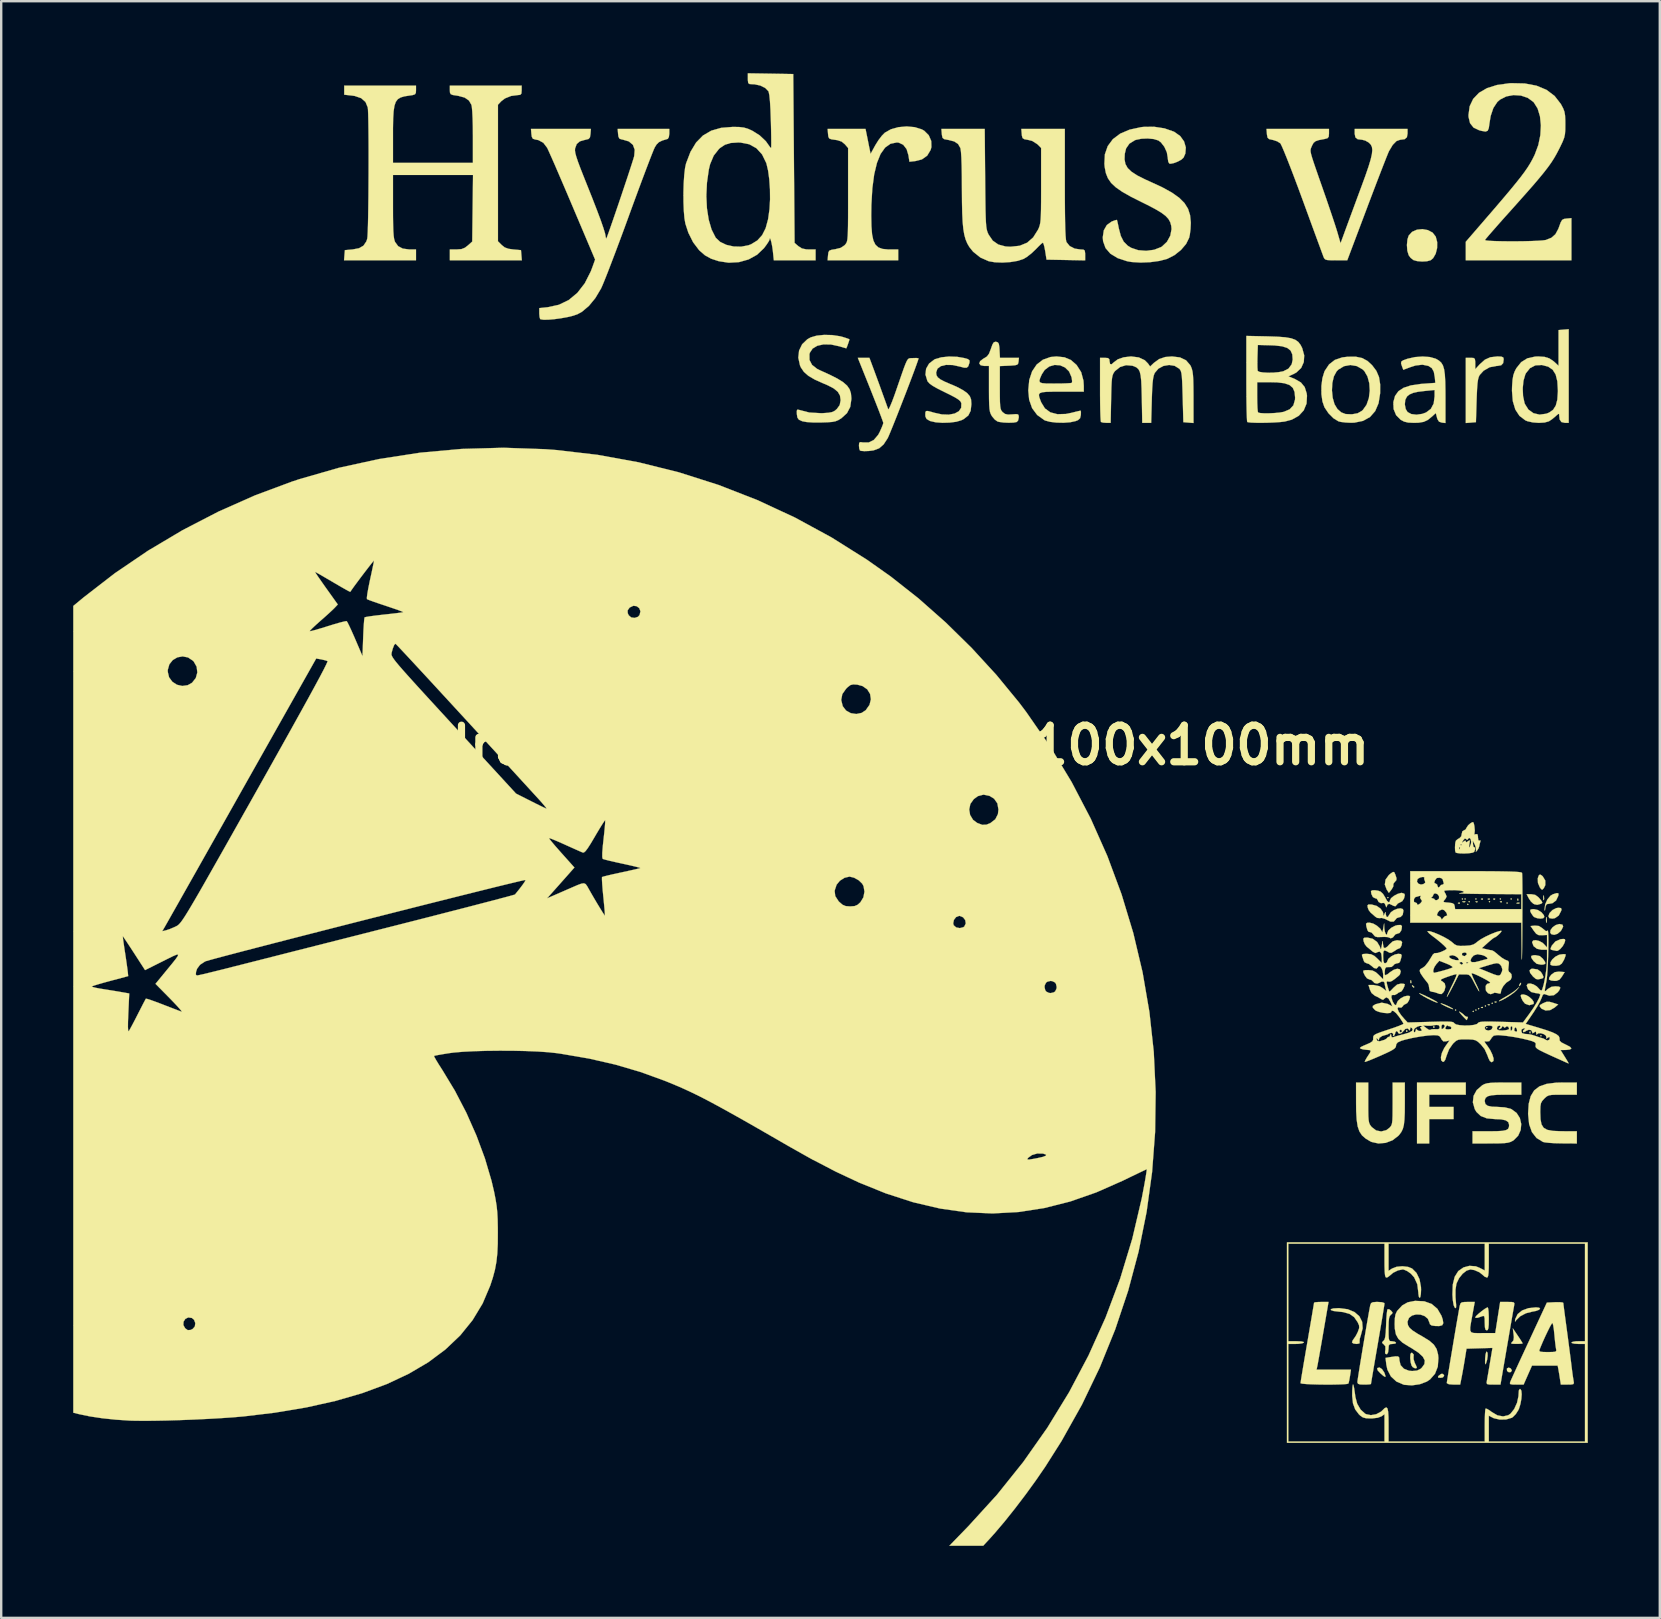
<source format=kicad_pcb>
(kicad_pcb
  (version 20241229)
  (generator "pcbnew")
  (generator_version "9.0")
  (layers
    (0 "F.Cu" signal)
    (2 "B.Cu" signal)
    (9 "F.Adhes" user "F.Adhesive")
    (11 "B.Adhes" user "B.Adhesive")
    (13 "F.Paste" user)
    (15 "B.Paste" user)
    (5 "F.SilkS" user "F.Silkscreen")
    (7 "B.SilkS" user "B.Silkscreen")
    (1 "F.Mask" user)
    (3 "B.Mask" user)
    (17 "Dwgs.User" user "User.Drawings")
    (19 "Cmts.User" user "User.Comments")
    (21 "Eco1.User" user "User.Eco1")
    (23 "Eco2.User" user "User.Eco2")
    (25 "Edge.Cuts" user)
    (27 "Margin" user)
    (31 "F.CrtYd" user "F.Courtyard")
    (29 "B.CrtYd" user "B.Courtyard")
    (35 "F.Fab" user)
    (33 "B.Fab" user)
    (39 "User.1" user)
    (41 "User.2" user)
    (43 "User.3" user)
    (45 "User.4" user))
  (footprint "hydrus_board_backside_100x100mm"
    (layer "F.Cu")
    (at 33.307 28.004)
    (property "Reference" "hydrus_board_backside_100x100mm" (at 0 0 0) (layer "F.SilkS") (effects (font (size 1.524 1.524) (thickness 0.3))))
    (attr through_hole)
    (fp_poly (pts (xy 21.505 6.35) (xy 21.477 6.378) (xy 21.449 6.35) (xy 21.477 6.322) (xy 21.505 6.35)) (stroke (width 0.01) (type solid)) (fill yes) (layer "F.SilkS"))
    (fp_poly (pts (xy 24.328 11.035) (xy 24.299 11.063) (xy 24.271 11.035) (xy 24.299 11.007) (xy 24.328 11.035)) (stroke (width 0.01) (type solid)) (fill yes) (layer "F.SilkS"))
    (fp_poly (pts (xy 24.61 6.406) (xy 24.582 6.435) (xy 24.553 6.406) (xy 24.582 6.378) (xy 24.61 6.406)) (stroke (width 0.01) (type solid)) (fill yes) (layer "F.SilkS"))
    (fp_poly (pts (xy 24.723 6.406) (xy 24.694 6.435) (xy 24.666 6.406) (xy 24.694 6.378) (xy 24.723 6.406)) (stroke (width 0.01) (type solid)) (fill yes) (layer "F.SilkS"))
    (fp_poly (pts (xy 24.836 6.632) (xy 24.807 6.66) (xy 24.779 6.632) (xy 24.807 6.604) (xy 24.836 6.632)) (stroke (width 0.01) (type solid)) (fill yes) (layer "F.SilkS"))
    (fp_poly (pts (xy 24.892 6.519) (xy 24.864 6.548) (xy 24.836 6.519) (xy 24.864 6.491) (xy 24.892 6.519)) (stroke (width 0.01) (type solid)) (fill yes) (layer "F.SilkS"))
    (fp_poly (pts (xy 25.061 11.091) (xy 25.033 11.12) (xy 25.005 11.091) (xy 25.033 11.063) (xy 25.061 11.091)) (stroke (width 0.01) (type solid)) (fill yes) (layer "F.SilkS"))
    (fp_poly (pts (xy 25.174 6.406) (xy 25.146 6.435) (xy 25.118 6.406) (xy 25.146 6.378) (xy 25.174 6.406)) (stroke (width 0.01) (type solid)) (fill yes) (layer "F.SilkS"))
    (fp_poly (pts (xy 25.174 11.035) (xy 25.146 11.063) (xy 25.118 11.035) (xy 25.146 11.007) (xy 25.174 11.035)) (stroke (width 0.01) (type solid)) (fill yes) (layer "F.SilkS"))
    (fp_poly (pts (xy 25.287 10.978) (xy 25.259 11.007) (xy 25.231 10.978) (xy 25.259 10.95) (xy 25.287 10.978)) (stroke (width 0.01) (type solid)) (fill yes) (layer "F.SilkS"))
    (fp_poly (pts (xy 25.569 10.866) (xy 25.541 10.894) (xy 25.513 10.866) (xy 25.541 10.837) (xy 25.569 10.866)) (stroke (width 0.01) (type solid)) (fill yes) (layer "F.SilkS"))
    (fp_poly (pts (xy 25.626 11.769) (xy 25.598 11.797) (xy 25.569 11.769) (xy 25.598 11.74) (xy 25.626 11.769)) (stroke (width 0.01) (type solid)) (fill yes) (layer "F.SilkS"))
    (fp_poly (pts (xy 25.739 6.519) (xy 25.71 6.548) (xy 25.682 6.519) (xy 25.71 6.491) (xy 25.739 6.519)) (stroke (width 0.01) (type solid)) (fill yes) (layer "F.SilkS"))
    (fp_poly (pts (xy 25.852 10.753) (xy 25.823 10.781) (xy 25.795 10.753) (xy 25.823 10.724) (xy 25.852 10.753)) (stroke (width 0.01) (type solid)) (fill yes) (layer "F.SilkS"))
    (fp_poly (pts (xy 26.19 6.406) (xy 26.162 6.435) (xy 26.134 6.406) (xy 26.162 6.378) (xy 26.19 6.406)) (stroke (width 0.01) (type solid)) (fill yes) (layer "F.SilkS"))
    (fp_poly (pts (xy 26.472 6.576) (xy 26.444 6.604) (xy 26.416 6.576) (xy 26.444 6.548) (xy 26.472 6.576)) (stroke (width 0.01) (type solid)) (fill yes) (layer "F.SilkS"))
    (fp_poly (pts (xy 26.642 6.406) (xy 26.614 6.435) (xy 26.585 6.406) (xy 26.614 6.378) (xy 26.642 6.406)) (stroke (width 0.01) (type solid)) (fill yes) (layer "F.SilkS"))
    (fp_poly (pts (xy 27.884 12.107) (xy 27.855 12.136) (xy 27.827 12.107) (xy 27.855 12.079) (xy 27.884 12.107)) (stroke (width 0.01) (type solid)) (fill yes) (layer "F.SilkS"))
    (fp_poly (pts (xy 22.277 11.872) (xy 22.283 11.939) (xy 22.277 11.947) (xy 22.243 11.94) (xy 22.239 11.91) (xy 22.26 11.863) (xy 22.277 11.872)) (stroke (width 0.01) (type solid)) (fill yes) (layer "F.SilkS"))
    (fp_poly (pts (xy 22.447 9.811) (xy 22.454 9.899) (xy 22.443 9.919) (xy 22.417 9.902) (xy 22.413 9.845) (xy 22.427 9.785) (xy 22.447 9.811)) (stroke (width 0.01) (type solid)) (fill yes) (layer "F.SilkS"))
    (fp_poly (pts (xy 23.406 11.703) (xy 23.412 11.77) (xy 23.406 11.778) (xy 23.372 11.77) (xy 23.368 11.74) (xy 23.389 11.694) (xy 23.406 11.703)) (stroke (width 0.01) (type solid)) (fill yes) (layer "F.SilkS"))
    (fp_poly (pts (xy 24.478 6.566) (xy 24.47 6.6) (xy 24.44 6.604) (xy 24.394 6.583) (xy 24.403 6.566) (xy 24.47 6.56) (xy 24.478 6.566)) (stroke (width 0.01) (type solid)) (fill yes) (layer "F.SilkS"))
    (fp_poly (pts (xy 24.707 6.513) (xy 24.691 6.539) (xy 24.633 6.543) (xy 24.573 6.529) (xy 24.599 6.509) (xy 24.687 6.502) (xy 24.707 6.513)) (stroke (width 0.01) (type solid)) (fill yes) (layer "F.SilkS"))
    (fp_poly (pts (xy 25.212 6.51) (xy 25.204 6.543) (xy 25.174 6.548) (xy 25.128 6.527) (xy 25.137 6.51) (xy 25.204 6.503) (xy 25.212 6.51)) (stroke (width 0.01) (type solid)) (fill yes) (layer "F.SilkS"))
    (fp_poly (pts (xy 25.438 6.397) (xy 25.43 6.431) (xy 25.4 6.435) (xy 25.354 6.414) (xy 25.362 6.397) (xy 25.429 6.39) (xy 25.438 6.397)) (stroke (width 0.01) (type solid)) (fill yes) (layer "F.SilkS"))
    (fp_poly (pts (xy 25.438 10.913) (xy 25.43 10.946) (xy 25.4 10.95) (xy 25.354 10.93) (xy 25.362 10.913) (xy 25.429 10.906) (xy 25.438 10.913)) (stroke (width 0.01) (type solid)) (fill yes) (layer "F.SilkS"))
    (fp_poly (pts (xy 25.72 6.397) (xy 25.712 6.431) (xy 25.682 6.435) (xy 25.636 6.414) (xy 25.645 6.397) (xy 25.712 6.39) (xy 25.72 6.397)) (stroke (width 0.01) (type solid)) (fill yes) (layer "F.SilkS"))
    (fp_poly (pts (xy 25.72 10.8) (xy 25.712 10.833) (xy 25.682 10.837) (xy 25.636 10.817) (xy 25.645 10.8) (xy 25.712 10.793) (xy 25.72 10.8)) (stroke (width 0.01) (type solid)) (fill yes) (layer "F.SilkS"))
    (fp_poly (pts (xy 25.946 6.397) (xy 25.938 6.431) (xy 25.908 6.435) (xy 25.862 6.414) (xy 25.87 6.397) (xy 25.937 6.39) (xy 25.946 6.397)) (stroke (width 0.01) (type solid)) (fill yes) (layer "F.SilkS"))
    (fp_poly (pts (xy 26.002 10.687) (xy 25.994 10.72) (xy 25.964 10.724) (xy 25.918 10.704) (xy 25.927 10.687) (xy 25.994 10.68) (xy 26.002 10.687)) (stroke (width 0.01) (type solid)) (fill yes) (layer "F.SilkS"))
    (fp_poly (pts (xy 26.228 6.51) (xy 26.22 6.543) (xy 26.19 6.548) (xy 26.144 6.527) (xy 26.153 6.51) (xy 26.22 6.503) (xy 26.228 6.51)) (stroke (width 0.01) (type solid)) (fill yes) (layer "F.SilkS"))
    (fp_poly (pts (xy 26.905 6.397) (xy 26.912 6.464) (xy 26.905 6.472) (xy 26.872 6.465) (xy 26.868 6.435) (xy 26.888 6.388) (xy 26.905 6.397)) (stroke (width 0.01) (type solid)) (fill yes) (layer "F.SilkS"))
    (fp_poly (pts (xy 26.965 6.57) (xy 26.948 6.596) (xy 26.891 6.6) (xy 26.831 6.586) (xy 26.857 6.565) (xy 26.945 6.559) (xy 26.965 6.57)) (stroke (width 0.01) (type solid)) (fill yes) (layer "F.SilkS"))
    (fp_poly (pts (xy 27.413 11.929) (xy 27.42 11.996) (xy 27.413 12.004) (xy 27.38 11.996) (xy 27.376 11.966) (xy 27.396 11.92) (xy 27.413 11.929)) (stroke (width 0.01) (type solid)) (fill yes) (layer "F.SilkS"))
    (fp_poly (pts (xy 22.513 10.013) (xy 22.573 10.066) (xy 22.578 10.079) (xy 22.551 10.102) (xy 22.495 10.05) (xy 22.488 10.038) (xy 22.481 10) (xy 22.513 10.013)) (stroke (width 0.01) (type solid)) (fill yes) (layer "F.SilkS"))
    (fp_poly (pts (xy 27.02 9.964) (xy 26.987 10.006) (xy 26.94 10.041) (xy 26.952 9.985) (xy 26.956 9.974) (xy 27.001 9.905) (xy 27.026 9.905) (xy 27.02 9.964)) (stroke (width 0.01) (type solid)) (fill yes) (layer "F.SilkS"))
    (fp_poly (pts (xy 27.976 6.271) (xy 27.979 6.281) (xy 27.987 6.403) (xy 27.977 6.45) (xy 27.958 6.452) (xy 27.951 6.363) (xy 27.951 6.35) (xy 27.959 6.262) (xy 27.976 6.271)) (stroke (width 0.01) (type solid)) (fill yes) (layer "F.SilkS"))
    (fp_poly (pts (xy 28.092 7.183) (xy 28.101 7.326) (xy 28.092 7.38) (xy 28.075 7.398) (xy 28.067 7.32) (xy 28.066 7.281) (xy 28.072 7.179) (xy 28.087 7.167) (xy 28.092 7.183)) (stroke (width 0.01) (type solid)) (fill yes) (layer "F.SilkS"))
    (fp_poly (pts (xy 23.811 26.236) (xy 23.82 26.275) (xy 23.77 26.343) (xy 23.672 26.36) (xy 23.572 26.35) (xy 23.568 26.309) (xy 23.594 26.275) (xy 23.69 26.203) (xy 23.742 26.19) (xy 23.811 26.236)) (stroke (width 0.01) (type solid)) (fill yes) (layer "F.SilkS"))
    (fp_poly (pts (xy 26.597 25.97) (xy 26.642 26.048) (xy 26.642 26.055) (xy 26.601 26.12) (xy 26.515 26.128) (xy 26.444 26.077) (xy 26.435 25.984) (xy 26.443 25.967) (xy 26.513 25.935) (xy 26.597 25.97)) (stroke (width 0.01) (type solid)) (fill yes) (layer "F.SilkS"))
    (fp_poly (pts (xy 24.723 14.563) (xy 23.199 14.563) (xy 23.199 15.071) (xy 24.215 15.071) (xy 24.215 15.579) (xy 23.199 15.579) (xy 23.199 16.595) (xy 22.691 16.595) (xy 22.691 14.055) (xy 24.723 14.055) (xy 24.723 14.563)) (stroke (width 0.01) (type solid)) (fill yes) (layer "F.SilkS"))
    (fp_poly (pts (xy 21.231 25.997) (xy 21.322 26.131) (xy 21.343 26.182) (xy 21.379 26.294) (xy 21.363 26.325) (xy 21.286 26.277) (xy 21.174 26.181) (xy 21.056 26.057) (xy 21.03 25.976) (xy 21.045 25.951) (xy 21.13 25.931) (xy 21.231 25.997)) (stroke (width 0.01) (type solid)) (fill yes) (layer "F.SilkS"))
    (fp_poly (pts (xy 25.63 25.322) (xy 25.634 25.448) (xy 25.613 25.605) (xy 25.568 25.756) (xy 25.566 25.762) (xy 25.538 25.798) (xy 25.527 25.734) (xy 25.529 25.569) (xy 25.545 25.401) (xy 25.573 25.292) (xy 25.598 25.267) (xy 25.63 25.322)) (stroke (width 0.01) (type solid)) (fill yes) (layer "F.SilkS"))
    (fp_poly (pts (xy 23.707 10.759) (xy 23.819 10.797) (xy 23.953 10.855) (xy 24.08 10.917) (xy 24.171 10.97) (xy 24.197 10.998) (xy 24.186 10.999) (xy 24.108 10.975) (xy 23.965 10.915) (xy 23.848 10.86) (xy 23.721 10.794) (xy 23.674 10.758) (xy 23.707 10.759)) (stroke (width 0.01) (type solid)) (fill yes) (layer "F.SilkS"))
    (fp_poly (pts (xy 27.806 8.785) (xy 27.936 8.898) (xy 28.03 9.034) (xy 28.036 9.11) (xy 27.949 9.14) (xy 27.859 9.144) (xy 27.679 9.108) (xy 27.549 8.995) (xy 27.455 8.859) (xy 27.449 8.783) (xy 27.536 8.752) (xy 27.625 8.749) (xy 27.806 8.785)) (stroke (width 0.01) (type solid)) (fill yes) (layer "F.SilkS"))
    (fp_poly (pts (xy 27.889 5.427) (xy 27.933 5.468) (xy 28.036 5.64) (xy 28.037 5.829) (xy 27.977 5.952) (xy 27.918 6.018) (xy 27.869 6.002) (xy 27.808 5.922) (xy 27.731 5.741) (xy 27.722 5.548) (xy 27.765 5.426) (xy 27.816 5.386) (xy 27.889 5.427)) (stroke (width 0.01) (type solid)) (fill yes) (layer "F.SilkS"))
    (fp_poly (pts (xy 28.351 10.73) (xy 28.574 10.803) (xy 28.423 10.933) (xy 28.238 11.038) (xy 28.048 11.054) (xy 27.886 10.981) (xy 27.859 10.954) (xy 27.801 10.879) (xy 27.815 10.828) (xy 27.913 10.767) (xy 27.944 10.751) (xy 28.082 10.693) (xy 28.205 10.69) (xy 28.351 10.73)) (stroke (width 0.01) (type solid)) (fill yes) (layer "F.SilkS"))
    (fp_poly (pts (xy 28.691 6.786) (xy 28.713 6.842) (xy 28.699 6.9) (xy 28.595 7.098) (xy 28.437 7.207) (xy 28.326 7.225) (xy 28.204 7.203) (xy 28.166 7.128) (xy 28.166 7.122) (xy 28.215 6.99) (xy 28.336 6.868) (xy 28.491 6.788) (xy 28.582 6.773) (xy 28.691 6.786)) (stroke (width 0.01) (type solid)) (fill yes) (layer "F.SilkS"))
    (fp_poly (pts (xy 28.752 7.477) (xy 28.78 7.558) (xy 28.712 7.696) (xy 28.67 7.753) (xy 28.545 7.858) (xy 28.407 7.901) (xy 28.291 7.876) (xy 28.242 7.815) (xy 28.253 7.705) (xy 28.34 7.588) (xy 28.471 7.494) (xy 28.615 7.451) (xy 28.627 7.451) (xy 28.752 7.477)) (stroke (width 0.01) (type solid)) (fill yes) (layer "F.SilkS"))
    (fp_poly (pts (xy 24.48 11.11) (xy 24.606 11.2) (xy 24.663 11.257) (xy 24.743 11.315) (xy 24.785 11.314) (xy 24.811 11.328) (xy 24.801 11.371) (xy 24.768 11.444) (xy 24.759 11.454) (xy 24.719 11.415) (xy 24.626 11.32) (xy 24.56 11.251) (xy 24.471 11.148) (xy 24.45 11.102) (xy 24.48 11.11)) (stroke (width 0.01) (type solid)) (fill yes) (layer "F.SilkS"))
    (fp_poly (pts (xy 26.839 10.209) (xy 26.736 10.303) (xy 26.58 10.416) (xy 26.404 10.528) (xy 26.242 10.617) (xy 26.126 10.664) (xy 26.106 10.666) (xy 26.12 10.642) (xy 26.214 10.579) (xy 26.358 10.496) (xy 26.55 10.382) (xy 26.723 10.267) (xy 26.809 10.2) (xy 26.951 10.075) (xy 26.839 10.209)) (stroke (width 0.01) (type solid)) (fill yes) (layer "F.SilkS"))
    (fp_poly (pts (xy 27.249 10.417) (xy 27.377 10.496) (xy 27.487 10.597) (xy 27.554 10.697) (xy 27.554 10.773) (xy 27.54 10.785) (xy 27.369 10.834) (xy 27.2 10.773) (xy 27.191 10.767) (xy 27.103 10.662) (xy 27.041 10.541) (xy 27.01 10.432) (xy 27.044 10.391) (xy 27.127 10.386) (xy 27.249 10.417)) (stroke (width 0.01) (type solid)) (fill yes) (layer "F.SilkS"))
    (fp_poly (pts (xy 27.615 6.236) (xy 27.75 6.335) (xy 27.8 6.39) (xy 27.891 6.505) (xy 27.913 6.566) (xy 27.872 6.601) (xy 27.847 6.611) (xy 27.7 6.651) (xy 27.58 6.626) (xy 27.531 6.599) (xy 27.436 6.51) (xy 27.346 6.375) (xy 27.26 6.209) (xy 27.454 6.209) (xy 27.615 6.236)) (stroke (width 0.01) (type solid)) (fill yes) (layer "F.SilkS"))
    (fp_poly (pts (xy 27.714 9.342) (xy 27.85 9.442) (xy 27.912 9.54) (xy 27.961 9.65) (xy 27.944 9.702) (xy 27.868 9.73) (xy 27.733 9.758) (xy 27.644 9.739) (xy 27.545 9.657) (xy 27.514 9.626) (xy 27.403 9.484) (xy 27.382 9.377) (xy 27.452 9.32) (xy 27.512 9.313) (xy 27.714 9.342)) (stroke (width 0.01) (type solid)) (fill yes) (layer "F.SilkS"))
    (fp_poly (pts (xy 27.726 6.867) (xy 27.875 6.96) (xy 27.976 7.081) (xy 27.996 7.158) (xy 27.95 7.209) (xy 27.838 7.225) (xy 27.701 7.209) (xy 27.579 7.163) (xy 27.534 7.126) (xy 27.449 7.002) (xy 27.414 6.929) (xy 27.41 6.86) (xy 27.479 6.833) (xy 27.565 6.83) (xy 27.726 6.867)) (stroke (width 0.01) (type solid)) (fill yes) (layer "F.SilkS"))
    (fp_poly (pts (xy 28.637 9.436) (xy 28.843 9.454) (xy 28.731 9.638) (xy 28.631 9.766) (xy 28.513 9.816) (xy 28.424 9.821) (xy 28.282 9.805) (xy 28.195 9.765) (xy 28.19 9.759) (xy 28.2 9.682) (xy 28.275 9.574) (xy 28.291 9.558) (xy 28.431 9.457) (xy 28.597 9.434) (xy 28.637 9.436)) (stroke (width 0.01) (type solid)) (fill yes) (layer "F.SilkS"))
    (fp_poly (pts (xy 22.814 10.343) (xy 22.92 10.387) (xy 23.069 10.457) (xy 23.234 10.538) (xy 23.386 10.618) (xy 23.498 10.681) (xy 23.533 10.705) (xy 23.545 10.73) (xy 23.476 10.711) (xy 23.344 10.657) (xy 23.169 10.572) (xy 23.132 10.554) (xy 22.961 10.46) (xy 22.833 10.381) (xy 22.78 10.338) (xy 22.814 10.343)) (stroke (width 0.01) (type solid)) (fill yes) (layer "F.SilkS"))
    (fp_poly (pts (xy 26.888 24.601) (xy 26.993 24.759) (xy 27.067 24.877) (xy 27.093 24.926) (xy 27.043 24.939) (xy 26.914 24.946) (xy 26.825 24.947) (xy 26.67 24.942) (xy 26.611 24.924) (xy 26.632 24.888) (xy 26.652 24.873) (xy 26.711 24.796) (xy 26.726 24.669) (xy 26.715 24.55) (xy 26.683 24.299) (xy 26.888 24.601)) (stroke (width 0.01) (type solid)) (fill yes) (layer "F.SilkS"))
    (fp_poly (pts (xy 27.783 23.44) (xy 27.82 23.479) (xy 27.772 23.527) (xy 27.648 23.574) (xy 27.502 23.601) (xy 27.231 23.67) (xy 26.993 23.795) (xy 26.826 23.956) (xy 26.811 23.978) (xy 26.776 24.022) (xy 26.776 23.971) (xy 26.788 23.904) (xy 26.884 23.706) (xy 27.071 23.554) (xy 27.334 23.458) (xy 27.648 23.425) (xy 27.783 23.44)) (stroke (width 0.01) (type solid)) (fill yes) (layer "F.SilkS"))
    (fp_poly (pts (xy 28.856 8.085) (xy 28.864 8.146) (xy 28.834 8.242) (xy 28.763 8.372) (xy 28.66 8.491) (xy 28.557 8.564) (xy 28.506 8.572) (xy 28.433 8.556) (xy 28.35 8.54) (xy 28.268 8.516) (xy 28.256 8.466) (xy 28.306 8.356) (xy 28.31 8.347) (xy 28.457 8.178) (xy 28.669 8.084) (xy 28.787 8.072) (xy 28.856 8.085)) (stroke (width 0.01) (type solid)) (fill yes) (layer "F.SilkS"))
    (fp_poly (pts (xy 22.495 25.324) (xy 22.555 25.397) (xy 22.547 25.464) (xy 22.548 25.585) (xy 22.596 25.736) (xy 22.602 25.748) (xy 22.667 25.883) (xy 22.683 25.946) (xy 22.65 25.963) (xy 22.608 25.964) (xy 22.517 25.92) (xy 22.467 25.855) (xy 22.429 25.728) (xy 22.409 25.554) (xy 22.408 25.518) (xy 22.417 25.373) (xy 22.449 25.319) (xy 22.495 25.324)) (stroke (width 0.01) (type solid)) (fill yes) (layer "F.SilkS"))
    (fp_poly (pts (xy 28.577 6.166) (xy 28.587 6.226) (xy 28.576 6.279) (xy 28.484 6.472) (xy 28.334 6.583) (xy 28.217 6.604) (xy 28.105 6.621) (xy 28.054 6.694) (xy 28.037 6.787) (xy 28.021 6.888) (xy 28.01 6.879) (xy 28.005 6.835) (xy 28.032 6.63) (xy 28.121 6.43) (xy 28.25 6.273) (xy 28.353 6.211) (xy 28.506 6.164) (xy 28.577 6.166)) (stroke (width 0.01) (type solid)) (fill yes) (layer "F.SilkS"))
    (fp_poly (pts (xy 28.877 8.71) (xy 28.883 8.714) (xy 28.879 8.777) (xy 28.833 8.902) (xy 28.807 8.957) (xy 28.722 9.1) (xy 28.625 9.167) (xy 28.496 9.189) (xy 28.351 9.186) (xy 28.259 9.155) (xy 28.252 9.147) (xy 28.251 9.049) (xy 28.325 8.93) (xy 28.448 8.817) (xy 28.595 8.739) (xy 28.651 8.723) (xy 28.791 8.705) (xy 28.877 8.71)) (stroke (width 0.01) (type solid)) (fill yes) (layer "F.SilkS"))
    (fp_poly (pts (xy 21.744 5.293) (xy 21.788 5.391) (xy 21.835 5.536) (xy 21.83 5.622) (xy 21.769 5.693) (xy 21.76 5.7) (xy 21.704 5.78) (xy 21.707 5.821) (xy 21.698 5.896) (xy 21.632 6.007) (xy 21.628 6.012) (xy 21.518 6.152) (xy 21.427 6.013) (xy 21.349 5.806) (xy 21.38 5.6) (xy 21.517 5.41) (xy 21.594 5.345) (xy 21.693 5.28) (xy 21.744 5.293)) (stroke (width 0.01) (type solid)) (fill yes) (layer "F.SilkS"))
    (fp_poly (pts (xy 23.144 -21.465) (xy 23.339 -21.362) (xy 23.47 -21.196) (xy 23.531 -20.967) (xy 23.528 -20.717) (xy 23.469 -20.481) (xy 23.361 -20.294) (xy 23.258 -20.209) (xy 23.108 -20.168) (xy 22.903 -20.156) (xy 22.694 -20.174) (xy 22.542 -20.217) (xy 22.424 -20.31) (xy 22.344 -20.419) (xy 22.287 -20.606) (xy 22.27 -20.844) (xy 22.293 -21.079) (xy 22.344 -21.237) (xy 22.486 -21.393) (xy 22.687 -21.482) (xy 22.917 -21.506) (xy 23.144 -21.465)) (stroke (width 0.01) (type solid)) (fill yes) (layer "F.SilkS"))
    (fp_poly (pts (xy 25.657 23.477) (xy 25.673 23.616) (xy 25.681 23.816) (xy 25.682 23.904) (xy 25.679 24.144) (xy 25.665 24.291) (xy 25.639 24.364) (xy 25.598 24.384) (xy 25.547 24.357) (xy 25.521 24.26) (xy 25.513 24.073) (xy 25.513 24.068) (xy 25.509 23.889) (xy 25.492 23.801) (xy 25.453 23.78) (xy 25.414 23.792) (xy 25.226 23.857) (xy 25.131 23.861) (xy 25.118 23.838) (xy 25.159 23.779) (xy 25.262 23.683) (xy 25.395 23.575) (xy 25.524 23.482) (xy 25.618 23.429) (xy 25.636 23.424) (xy 25.657 23.477)) (stroke (width 0.01) (type solid)) (fill yes) (layer "F.SilkS"))
    (fp_poly (pts (xy 26.211 -16.192) (xy 26.285 -16.159) (xy 26.303 -16.091) (xy 26.281 -15.922) (xy 26.199 -15.834) (xy 26.036 -15.805) (xy 26.001 -15.804) (xy 25.718 -15.751) (xy 25.465 -15.606) (xy 25.304 -15.429) (xy 25.264 -15.349) (xy 25.234 -15.239) (xy 25.211 -15.08) (xy 25.194 -14.853) (xy 25.18 -14.541) (xy 25.174 -14.368) (xy 25.146 -13.462) (xy 24.934 -13.444) (xy 24.723 -13.427) (xy 24.723 -16.143) (xy 24.92 -16.143) (xy 25.045 -16.137) (xy 25.101 -16.097) (xy 25.117 -15.992) (xy 25.118 -15.906) (xy 25.118 -15.669) (xy 25.307 -15.876) (xy 25.52 -16.066) (xy 25.746 -16.167) (xy 26.03 -16.199) (xy 26.053 -16.2) (xy 26.211 -16.192)) (stroke (width 0.01) (type solid)) (fill yes) (layer "F.SilkS"))
    (fp_poly (pts (xy 19.451 23.458) (xy 19.804 23.503) (xy 20.086 23.62) (xy 20.289 23.798) (xy 20.405 24.027) (xy 20.426 24.298) (xy 20.351 24.585) (xy 20.304 24.735) (xy 20.296 24.852) (xy 20.3 24.865) (xy 20.294 24.925) (xy 20.201 24.947) (xy 20.157 24.948) (xy 20.035 24.93) (xy 19.981 24.885) (xy 19.981 24.882) (xy 20.016 24.79) (xy 20.064 24.725) (xy 20.141 24.612) (xy 20.221 24.455) (xy 20.23 24.433) (xy 20.281 24.287) (xy 20.276 24.176) (xy 20.218 24.044) (xy 20.072 23.832) (xy 19.878 23.696) (xy 19.614 23.622) (xy 19.442 23.604) (xy 19.218 23.577) (xy 19.105 23.539) (xy 19.101 23.5) (xy 19.207 23.469) (xy 19.42 23.458) (xy 19.451 23.458)) (stroke (width 0.01) (type solid)) (fill yes) (layer "F.SilkS"))
    (fp_poly (pts (xy 29.351 14.563) (xy 28.754 14.563) (xy 28.487 14.564) (xy 28.308 14.571) (xy 28.189 14.591) (xy 28.106 14.628) (xy 28.033 14.688) (xy 27.992 14.728) (xy 27.905 14.825) (xy 27.855 14.921) (xy 27.833 15.053) (xy 27.827 15.256) (xy 27.827 15.296) (xy 27.838 15.589) (xy 27.879 15.8) (xy 27.968 15.942) (xy 28.118 16.027) (xy 28.347 16.07) (xy 28.669 16.084) (xy 28.744 16.085) (xy 29.351 16.087) (xy 29.351 16.595) (xy 28.716 16.591) (xy 28.445 16.585) (xy 28.204 16.57) (xy 28.023 16.55) (xy 27.94 16.531) (xy 27.672 16.368) (xy 27.48 16.122) (xy 27.363 15.793) (xy 27.321 15.379) (xy 27.32 15.341) (xy 27.346 14.939) (xy 27.428 14.623) (xy 27.573 14.385) (xy 27.791 14.217) (xy 28.092 14.112) (xy 28.483 14.062) (xy 28.757 14.055) (xy 29.351 14.055) (xy 29.351 14.563)) (stroke (width 0.01) (type solid)) (fill yes) (layer "F.SilkS"))
    (fp_poly (pts (xy 20.785 6.639) (xy 20.81 6.641) (xy 21.006 6.694) (xy 21.169 6.806) (xy 21.268 6.95) (xy 21.284 7.023) (xy 21.29 7.106) (xy 21.312 7.083) (xy 21.336 7.027) (xy 21.373 6.951) (xy 21.386 6.981) (xy 21.388 7.041) (xy 21.418 7.148) (xy 21.475 7.157) (xy 21.529 7.07) (xy 21.601 6.961) (xy 21.724 6.874) (xy 21.867 6.816) (xy 22.002 6.797) (xy 22.098 6.826) (xy 22.126 6.891) (xy 22.095 7.067) (xy 22.005 7.158) (xy 21.949 7.168) (xy 21.844 7.205) (xy 21.81 7.249) (xy 21.722 7.347) (xy 21.59 7.351) (xy 21.562 7.339) (xy 21.444 7.281) (xy 21.352 7.235) (xy 21.221 7.197) (xy 21.138 7.205) (xy 21.032 7.196) (xy 20.952 7.145) (xy 20.833 7.038) (xy 20.764 6.982) (xy 20.681 6.876) (xy 20.639 6.77) (xy 20.626 6.675) (xy 20.665 6.638) (xy 20.785 6.639)) (stroke (width 0.01) (type solid)) (fill yes) (layer "F.SilkS"))
    (fp_poly (pts (xy 21.229 23.21) (xy 21.325 23.242) (xy 21.336 23.261) (xy 21.327 23.331) (xy 21.3 23.497) (xy 21.26 23.746) (xy 21.207 24.063) (xy 21.144 24.433) (xy 21.074 24.842) (xy 21.054 24.96) (xy 20.982 25.375) (xy 20.917 25.752) (xy 20.862 26.079) (xy 20.817 26.341) (xy 20.787 26.523) (xy 20.772 26.612) (xy 20.772 26.618) (xy 20.721 26.632) (xy 20.591 26.64) (xy 20.489 26.642) (xy 20.319 26.636) (xy 20.235 26.61) (xy 20.208 26.554) (xy 20.207 26.533) (xy 20.216 26.455) (xy 20.242 26.284) (xy 20.281 26.037) (xy 20.33 25.732) (xy 20.387 25.387) (xy 20.448 25.019) (xy 20.511 24.647) (xy 20.572 24.287) (xy 20.629 23.959) (xy 20.678 23.679) (xy 20.717 23.465) (xy 20.742 23.336) (xy 20.745 23.326) (xy 20.777 23.249) (xy 20.848 23.211) (xy 20.991 23.199) (xy 21.055 23.199) (xy 21.229 23.21)) (stroke (width 0.01) (type solid)) (fill yes) (layer "F.SilkS"))
    (fp_poly (pts (xy 18.788 24.455) (xy 18.724 24.827) (xy 18.664 25.169) (xy 18.612 25.463) (xy 18.571 25.691) (xy 18.545 25.834) (xy 18.538 25.866) (xy 18.505 26.021) (xy 19.938 26.021) (xy 19.898 26.289) (xy 19.869 26.455) (xy 19.842 26.572) (xy 19.831 26.599) (xy 19.768 26.617) (xy 19.615 26.63) (xy 19.396 26.638) (xy 19.132 26.643) (xy 18.846 26.643) (xy 18.559 26.639) (xy 18.292 26.631) (xy 18.069 26.62) (xy 17.91 26.605) (xy 17.838 26.587) (xy 17.836 26.583) (xy 17.846 26.514) (xy 17.872 26.349) (xy 17.913 26.101) (xy 17.966 25.785) (xy 18.029 25.416) (xy 18.099 25.007) (xy 18.119 24.892) (xy 18.19 24.477) (xy 18.255 24.099) (xy 18.311 23.771) (xy 18.355 23.509) (xy 18.386 23.326) (xy 18.4 23.236) (xy 18.401 23.229) (xy 18.452 23.212) (xy 18.583 23.201) (xy 18.703 23.199) (xy 19.004 23.199) (xy 18.788 24.455)) (stroke (width 0.01) (type solid)) (fill yes) (layer "F.SilkS"))
    (fp_poly (pts (xy 20.659 14.897) (xy 20.659 15.223) (xy 20.663 15.456) (xy 20.674 15.617) (xy 20.694 15.727) (xy 20.726 15.806) (xy 20.773 15.874) (xy 20.805 15.913) (xy 20.987 16.052) (xy 21.198 16.095) (xy 21.409 16.041) (xy 21.536 15.948) (xy 21.589 15.891) (xy 21.626 15.831) (xy 21.65 15.746) (xy 21.665 15.619) (xy 21.672 15.43) (xy 21.674 15.16) (xy 21.675 14.932) (xy 21.675 14.055) (xy 22.183 14.055) (xy 22.183 14.926) (xy 22.18 15.311) (xy 22.167 15.602) (xy 22.143 15.821) (xy 22.101 15.985) (xy 22.038 16.116) (xy 21.951 16.233) (xy 21.911 16.277) (xy 21.67 16.462) (xy 21.383 16.57) (xy 21.082 16.595) (xy 20.798 16.532) (xy 20.743 16.506) (xy 20.547 16.388) (xy 20.398 16.257) (xy 20.291 16.095) (xy 20.219 15.886) (xy 20.177 15.611) (xy 20.156 15.254) (xy 20.152 14.915) (xy 20.151 14.055) (xy 20.659 14.055) (xy 20.659 14.897)) (stroke (width 0.01) (type solid)) (fill yes) (layer "F.SilkS"))
    (fp_poly (pts (xy 21.068 6.062) (xy 21.175 6.101) (xy 21.273 6.193) (xy 21.362 6.337) (xy 21.37 6.355) (xy 21.443 6.487) (xy 21.51 6.545) (xy 21.554 6.519) (xy 21.562 6.462) (xy 21.61 6.374) (xy 21.728 6.278) (xy 21.879 6.197) (xy 22.026 6.155) (xy 22.056 6.153) (xy 22.16 6.186) (xy 22.183 6.241) (xy 22.151 6.381) (xy 22.077 6.498) (xy 21.987 6.548) (xy 21.986 6.548) (xy 21.895 6.592) (xy 21.85 6.646) (xy 21.791 6.712) (xy 21.708 6.692) (xy 21.679 6.675) (xy 21.542 6.611) (xy 21.465 6.632) (xy 21.437 6.703) (xy 21.416 6.755) (xy 21.39 6.705) (xy 21.38 6.669) (xy 21.334 6.581) (xy 21.288 6.57) (xy 21.186 6.582) (xy 21.089 6.531) (xy 21.054 6.457) (xy 21.007 6.392) (xy 20.947 6.378) (xy 20.853 6.328) (xy 20.789 6.199) (xy 20.772 6.082) (xy 20.819 6.048) (xy 20.931 6.042) (xy 21.068 6.062)) (stroke (width 0.01) (type solid)) (fill yes) (layer "F.SilkS"))
    (fp_poly (pts (xy 21.531 23.504) (xy 21.605 23.558) (xy 21.671 23.637) (xy 21.653 23.691) (xy 21.604 23.73) (xy 21.556 23.786) (xy 21.526 23.879) (xy 21.51 24.035) (xy 21.505 24.276) (xy 21.505 24.32) (xy 21.506 24.562) (xy 21.514 24.714) (xy 21.533 24.795) (xy 21.57 24.829) (xy 21.63 24.836) (xy 21.643 24.836) (xy 21.763 24.856) (xy 21.816 24.892) (xy 21.794 24.932) (xy 21.684 24.948) (xy 21.678 24.948) (xy 21.561 24.959) (xy 21.514 25.015) (xy 21.505 25.143) (xy 21.487 25.298) (xy 21.44 25.378) (xy 21.375 25.364) (xy 21.373 25.362) (xy 21.359 25.287) (xy 21.374 25.185) (xy 21.372 25.046) (xy 21.305 24.968) (xy 21.235 24.903) (xy 21.257 24.851) (xy 21.293 24.821) (xy 21.337 24.763) (xy 21.367 24.656) (xy 21.387 24.479) (xy 21.401 24.212) (xy 21.403 24.149) (xy 21.414 23.898) (xy 21.43 23.689) (xy 21.449 23.549) (xy 21.464 23.503) (xy 21.531 23.504)) (stroke (width 0.01) (type solid)) (fill yes) (layer "F.SilkS"))
    (fp_poly (pts (xy 20.862 7.431) (xy 21.024 7.524) (xy 21.159 7.644) (xy 21.229 7.764) (xy 21.231 7.78) (xy 21.244 7.791) (xy 21.268 7.709) (xy 21.28 7.648) (xy 21.32 7.422) (xy 21.328 7.631) (xy 21.346 7.753) (xy 21.381 7.851) (xy 21.419 7.901) (xy 21.445 7.878) (xy 21.449 7.831) (xy 21.498 7.718) (xy 21.621 7.606) (xy 21.783 7.521) (xy 21.886 7.495) (xy 22.013 7.49) (xy 22.063 7.535) (xy 22.051 7.654) (xy 22.034 7.719) (xy 21.964 7.823) (xy 21.892 7.846) (xy 21.787 7.883) (xy 21.753 7.926) (xy 21.686 8.01) (xy 21.596 8.046) (xy 21.536 8.019) (xy 21.467 7.995) (xy 21.325 7.987) (xy 21.225 7.991) (xy 21.047 7.996) (xy 20.946 7.971) (xy 20.888 7.909) (xy 20.883 7.9) (xy 20.804 7.811) (xy 20.745 7.789) (xy 20.674 7.775) (xy 20.627 7.711) (xy 20.585 7.568) (xy 20.581 7.549) (xy 20.566 7.44) (xy 20.614 7.399) (xy 20.71 7.394) (xy 20.862 7.431)) (stroke (width 0.01) (type solid)) (fill yes) (layer "F.SilkS"))
    (fp_poly (pts (xy 27.037 14.563) (xy 26.364 14.563) (xy 26.03 14.568) (xy 25.794 14.588) (xy 25.64 14.627) (xy 25.553 14.69) (xy 25.516 14.782) (xy 25.513 14.838) (xy 25.541 14.952) (xy 25.634 15.025) (xy 25.809 15.062) (xy 26.038 15.071) (xy 26.347 15.091) (xy 26.585 15.148) (xy 26.626 15.165) (xy 26.84 15.322) (xy 26.977 15.537) (xy 27.034 15.783) (xy 27.011 16.035) (xy 26.907 16.269) (xy 26.72 16.459) (xy 26.681 16.484) (xy 26.591 16.53) (xy 26.483 16.562) (xy 26.335 16.581) (xy 26.125 16.591) (xy 25.829 16.594) (xy 25.753 16.594) (xy 25.005 16.595) (xy 25.005 16.087) (xy 25.699 16.087) (xy 26.023 16.083) (xy 26.251 16.069) (xy 26.399 16.039) (xy 26.484 15.989) (xy 26.521 15.912) (xy 26.529 15.823) (xy 26.495 15.707) (xy 26.387 15.631) (xy 26.192 15.59) (xy 25.932 15.579) (xy 25.597 15.548) (xy 25.346 15.45) (xy 25.166 15.28) (xy 25.096 15.16) (xy 25.018 14.88) (xy 25.048 14.61) (xy 25.18 14.368) (xy 25.408 14.171) (xy 25.414 14.167) (xy 25.507 14.119) (xy 25.616 14.087) (xy 25.765 14.068) (xy 25.978 14.058) (xy 26.277 14.055) (xy 26.317 14.055) (xy 27.037 14.055) (xy 27.037 14.563)) (stroke (width 0.01) (type solid)) (fill yes) (layer "F.SilkS"))
    (fp_poly (pts (xy 20.149 -16.188) (xy 20.41 -16.132) (xy 20.631 -16.01) (xy 20.82 -15.835) (xy 20.997 -15.6) (xy 21.107 -15.342) (xy 21.156 -15.033) (xy 21.154 -14.664) (xy 21.089 -14.252) (xy 20.948 -13.923) (xy 20.732 -13.677) (xy 20.442 -13.516) (xy 20.082 -13.442) (xy 19.93 -13.437) (xy 19.713 -13.448) (xy 19.523 -13.471) (xy 19.417 -13.497) (xy 19.208 -13.626) (xy 19.002 -13.833) (xy 18.834 -14.083) (xy 18.75 -14.326) (xy 18.707 -14.635) (xy 18.707 -14.787) (xy 19.146 -14.787) (xy 19.176 -14.481) (xy 19.253 -14.211) (xy 19.374 -14.011) (xy 19.536 -13.869) (xy 19.714 -13.801) (xy 19.947 -13.79) (xy 19.998 -13.793) (xy 20.218 -13.833) (xy 20.386 -13.929) (xy 20.436 -13.973) (xy 20.588 -14.187) (xy 20.684 -14.463) (xy 20.722 -14.771) (xy 20.703 -15.082) (xy 20.627 -15.365) (xy 20.495 -15.592) (xy 20.43 -15.657) (xy 20.182 -15.799) (xy 19.912 -15.844) (xy 19.647 -15.794) (xy 19.412 -15.652) (xy 19.338 -15.575) (xy 19.226 -15.368) (xy 19.162 -15.094) (xy 19.146 -14.787) (xy 18.707 -14.787) (xy 18.707 -14.971) (xy 18.748 -15.294) (xy 18.831 -15.566) (xy 18.845 -15.597) (xy 19.027 -15.87) (xy 19.266 -16.056) (xy 19.575 -16.161) (xy 19.815 -16.19) (xy 20.149 -16.188)) (stroke (width 0.01) (type solid)) (fill yes) (layer "F.SilkS"))
    (fp_poly (pts (xy 5.155 -16.81) (xy 5.226 -16.786) (xy 5.266 -16.721) (xy 5.287 -16.588) (xy 5.294 -16.468) (xy 5.311 -16.143) (xy 6.103 -16.143) (xy 6.086 -15.988) (xy 6.07 -15.905) (xy 6.03 -15.857) (xy 5.938 -15.833) (xy 5.77 -15.82) (xy 5.687 -15.816) (xy 5.306 -15.799) (xy 5.306 -14.899) (xy 5.307 -14.559) (xy 5.311 -14.313) (xy 5.321 -14.143) (xy 5.338 -14.03) (xy 5.365 -13.955) (xy 5.405 -13.9) (xy 5.425 -13.879) (xy 5.523 -13.805) (xy 5.645 -13.778) (xy 5.82 -13.786) (xy 5.985 -13.798) (xy 6.066 -13.785) (xy 6.093 -13.731) (xy 6.096 -13.657) (xy 6.066 -13.527) (xy 6.007 -13.468) (xy 5.873 -13.444) (xy 5.675 -13.438) (xy 5.462 -13.447) (xy 5.28 -13.472) (xy 5.207 -13.492) (xy 5.094 -13.573) (xy 4.982 -13.706) (xy 4.968 -13.728) (xy 4.925 -13.808) (xy 4.895 -13.899) (xy 4.875 -14.022) (xy 4.863 -14.196) (xy 4.856 -14.439) (xy 4.854 -14.772) (xy 4.854 -14.859) (xy 4.854 -15.804) (xy 4.657 -15.804) (xy 4.507 -15.834) (xy 4.45 -15.908) (xy 4.486 -16.005) (xy 4.616 -16.106) (xy 4.648 -16.122) (xy 4.771 -16.2) (xy 4.856 -16.315) (xy 4.929 -16.503) (xy 4.935 -16.52) (xy 4.997 -16.696) (xy 5.052 -16.786) (xy 5.118 -16.812) (xy 5.155 -16.81)) (stroke (width 0.01) (type solid)) (fill yes) (layer "F.SilkS"))
    (fp_poly (pts (xy 0.056 -15.649) (xy 0.165 -15.352) (xy 0.297 -14.992) (xy 0.435 -14.609) (xy 0.566 -14.247) (xy 0.655 -13.998) (xy 0.682 -14.019) (xy 0.738 -14.131) (xy 0.816 -14.318) (xy 0.908 -14.564) (xy 0.967 -14.732) (xy 1.112 -15.152) (xy 1.225 -15.479) (xy 1.311 -15.723) (xy 1.378 -15.896) (xy 1.43 -16.012) (xy 1.475 -16.081) (xy 1.518 -16.116) (xy 1.566 -16.128) (xy 1.624 -16.13) (xy 1.684 -16.132) (xy 1.829 -16.136) (xy 1.911 -16.125) (xy 1.919 -16.117) (xy 1.899 -16.045) (xy 1.843 -15.885) (xy 1.758 -15.651) (xy 1.649 -15.36) (xy 1.523 -15.028) (xy 1.386 -14.67) (xy 1.243 -14.303) (xy 1.102 -13.942) (xy 0.968 -13.602) (xy 0.847 -13.301) (xy 0.746 -13.054) (xy 0.671 -12.876) (xy 0.63 -12.789) (xy 0.464 -12.535) (xy 0.278 -12.374) (xy 0.046 -12.287) (xy -0.154 -12.261) (xy -0.338 -12.255) (xy -0.474 -12.265) (xy -0.522 -12.281) (xy -0.553 -12.364) (xy -0.564 -12.488) (xy -0.554 -12.602) (xy -0.498 -12.632) (xy -0.401 -12.617) (xy -0.159 -12.615) (xy 0.055 -12.721) (xy 0.236 -12.932) (xy 0.304 -13.058) (xy 0.382 -13.233) (xy 0.436 -13.37) (xy 0.452 -13.431) (xy 0.431 -13.498) (xy 0.374 -13.654) (xy 0.287 -13.886) (xy 0.173 -14.179) (xy 0.04 -14.516) (xy -0.079 -14.817) (xy -0.611 -16.143) (xy -0.128 -16.143) (xy 0.056 -15.649)) (stroke (width 0.01) (type solid)) (fill yes) (layer "F.SilkS"))
    (fp_poly (pts (xy 24.997 23.749) (xy 24.941 24.052) (xy 24.908 24.26) (xy 24.909 24.391) (xy 24.953 24.463) (xy 25.051 24.493) (xy 25.212 24.498) (xy 25.421 24.497) (xy 25.951 24.497) (xy 26.053 23.848) (xy 26.155 23.199) (xy 26.461 23.199) (xy 26.637 23.201) (xy 26.724 23.218) (xy 26.75 23.264) (xy 26.737 23.353) (xy 26.737 23.354) (xy 26.72 23.449) (xy 26.686 23.639) (xy 26.639 23.909) (xy 26.581 24.242) (xy 26.516 24.623) (xy 26.445 25.035) (xy 26.438 25.075) (xy 26.169 26.642) (xy 25.871 26.642) (xy 25.698 26.639) (xy 25.613 26.621) (xy 25.59 26.573) (xy 25.602 26.487) (xy 25.623 26.367) (xy 25.658 26.168) (xy 25.7 25.918) (xy 25.733 25.723) (xy 25.835 25.114) (xy 25.295 25.13) (xy 24.754 25.146) (xy 24.681 25.598) (xy 24.637 25.861) (xy 24.59 26.125) (xy 24.55 26.336) (xy 24.548 26.345) (xy 24.489 26.642) (xy 24.211 26.642) (xy 24.019 26.628) (xy 23.937 26.586) (xy 23.933 26.571) (xy 23.942 26.501) (xy 23.968 26.336) (xy 24.006 26.095) (xy 24.055 25.796) (xy 24.112 25.455) (xy 24.173 25.09) (xy 24.235 24.719) (xy 24.296 24.358) (xy 24.353 24.027) (xy 24.403 23.741) (xy 24.442 23.518) (xy 24.468 23.377) (xy 24.473 23.354) (xy 24.501 23.263) (xy 24.557 23.217) (xy 24.671 23.201) (xy 24.802 23.199) (xy 25.097 23.199) (xy 24.997 23.749)) (stroke (width 0.01) (type solid)) (fill yes) (layer "F.SilkS"))
    (fp_poly (pts (xy 29.012 -13.434) (xy 28.849 -13.434) (xy 28.708 -13.467) (xy 28.634 -13.576) (xy 28.617 -13.731) (xy 28.612 -13.803) (xy 28.579 -13.806) (xy 28.495 -13.736) (xy 28.462 -13.705) (xy 28.323 -13.589) (xy 28.193 -13.502) (xy 28.184 -13.497) (xy 28.007 -13.448) (xy 27.768 -13.433) (xy 27.515 -13.452) (xy 27.292 -13.502) (xy 27.205 -13.538) (xy 26.96 -13.725) (xy 26.787 -13.99) (xy 26.683 -14.337) (xy 26.648 -14.77) (xy 26.65 -14.871) (xy 27.096 -14.871) (xy 27.11 -14.547) (xy 27.171 -14.263) (xy 27.187 -14.219) (xy 27.334 -13.985) (xy 27.545 -13.835) (xy 27.798 -13.776) (xy 28.076 -13.814) (xy 28.195 -13.861) (xy 28.361 -13.978) (xy 28.473 -14.152) (xy 28.538 -14.399) (xy 28.561 -14.737) (xy 28.561 -14.785) (xy 28.539 -15.163) (xy 28.469 -15.447) (xy 28.343 -15.648) (xy 28.156 -15.776) (xy 27.899 -15.843) (xy 27.895 -15.844) (xy 27.625 -15.83) (xy 27.4 -15.714) (xy 27.23 -15.503) (xy 27.203 -15.448) (xy 27.127 -15.187) (xy 27.096 -14.871) (xy 26.65 -14.871) (xy 26.653 -14.962) (xy 26.672 -15.228) (xy 26.705 -15.421) (xy 26.762 -15.581) (xy 26.83 -15.71) (xy 27.032 -15.963) (xy 27.289 -16.123) (xy 27.611 -16.194) (xy 27.744 -16.2) (xy 28.007 -16.182) (xy 28.207 -16.119) (xy 28.39 -15.994) (xy 28.448 -15.942) (xy 28.589 -15.81) (xy 28.589 -16.555) (xy 28.589 -17.3) (xy 28.801 -17.318) (xy 29.012 -17.335) (xy 29.012 -13.434)) (stroke (width 0.01) (type solid)) (fill yes) (layer "F.SilkS"))
    (fp_poly (pts (xy 8 -16.165) (xy 8.269 -16.052) (xy 8.501 -15.849) (xy 8.507 -15.843) (xy 8.696 -15.547) (xy 8.791 -15.193) (xy 8.805 -14.972) (xy 8.805 -14.732) (xy 7.874 -14.732) (xy 7.511 -14.732) (xy 7.249 -14.726) (xy 7.074 -14.708) (xy 6.974 -14.671) (xy 6.935 -14.608) (xy 6.947 -14.513) (xy 6.995 -14.378) (xy 7.034 -14.281) (xy 7.187 -14.034) (xy 7.412 -13.871) (xy 7.705 -13.794) (xy 8.059 -13.804) (xy 8.291 -13.851) (xy 8.477 -13.898) (xy 8.615 -13.93) (xy 8.672 -13.942) (xy 8.686 -13.893) (xy 8.683 -13.773) (xy 8.682 -13.758) (xy 8.65 -13.625) (xy 8.564 -13.547) (xy 8.467 -13.508) (xy 8.243 -13.459) (xy 7.965 -13.438) (xy 7.672 -13.444) (xy 7.404 -13.475) (xy 7.198 -13.53) (xy 7.163 -13.546) (xy 6.863 -13.762) (xy 6.652 -14.045) (xy 6.528 -14.399) (xy 6.492 -14.788) (xy 6.53 -15.19) (xy 6.955 -15.19) (xy 6.978 -15.124) (xy 7.067 -15.088) (xy 7.236 -15.073) (xy 7.5 -15.071) (xy 7.611 -15.071) (xy 7.874 -15.073) (xy 8.094 -15.08) (xy 8.247 -15.09) (xy 8.31 -15.102) (xy 8.319 -15.172) (xy 8.301 -15.305) (xy 8.295 -15.336) (xy 8.193 -15.574) (xy 8.025 -15.74) (xy 7.817 -15.832) (xy 7.59 -15.847) (xy 7.369 -15.784) (xy 7.177 -15.64) (xy 7.055 -15.454) (xy 6.986 -15.297) (xy 6.955 -15.19) (xy 6.53 -15.19) (xy 6.532 -15.218) (xy 6.651 -15.579) (xy 6.842 -15.863) (xy 7.1 -16.064) (xy 7.42 -16.177) (xy 7.668 -16.2) (xy 8 -16.165)) (stroke (width 0.01) (type solid)) (fill yes) (layer "F.SilkS"))
    (fp_poly (pts (xy 28.748 23.219) (xy 28.787 23.238) (xy 28.794 23.306) (xy 28.814 23.467) (xy 28.845 23.703) (xy 28.884 23.995) (xy 28.925 24.299) (xy 28.975 24.671) (xy 29.024 25.045) (xy 29.069 25.392) (xy 29.106 25.68) (xy 29.123 25.823) (xy 29.154 26.071) (xy 29.184 26.292) (xy 29.209 26.45) (xy 29.215 26.487) (xy 29.229 26.578) (xy 29.201 26.624) (xy 29.108 26.64) (xy 28.965 26.642) (xy 28.684 26.642) (xy 28.647 26.402) (xy 28.617 26.209) (xy 28.587 26.036) (xy 28.582 26.007) (xy 28.552 25.852) (xy 27.482 25.852) (xy 27.307 26.247) (xy 27.133 26.642) (xy 26.832 26.642) (xy 26.66 26.639) (xy 26.577 26.622) (xy 26.561 26.58) (xy 26.582 26.515) (xy 26.618 26.433) (xy 26.695 26.263) (xy 26.807 26.018) (xy 26.948 25.711) (xy 27.112 25.357) (xy 27.165 25.244) (xy 27.789 25.244) (xy 27.835 25.272) (xy 27.954 25.285) (xy 28.138 25.287) (xy 28.338 25.285) (xy 28.449 25.273) (xy 28.492 25.242) (xy 28.492 25.185) (xy 28.486 25.16) (xy 28.467 25.045) (xy 28.444 24.854) (xy 28.421 24.624) (xy 28.416 24.566) (xy 28.393 24.349) (xy 28.367 24.178) (xy 28.342 24.084) (xy 28.335 24.074) (xy 28.3 24.112) (xy 28.23 24.233) (xy 28.139 24.414) (xy 28.035 24.632) (xy 27.929 24.867) (xy 27.833 25.096) (xy 27.794 25.194) (xy 27.789 25.244) (xy 27.165 25.244) (xy 27.292 24.969) (xy 27.367 24.807) (xy 28.102 23.227) (xy 28.444 23.21) (xy 28.624 23.208) (xy 28.748 23.219)) (stroke (width 0.01) (type solid)) (fill yes) (layer "F.SilkS"))
    (fp_poly (pts (xy 3.528 -16.185) (xy 3.817 -16.135) (xy 3.971 -16.091) (xy 4.039 -16.044) (xy 4.046 -15.972) (xy 4.036 -15.924) (xy 3.992 -15.791) (xy 3.927 -15.732) (xy 3.81 -15.734) (xy 3.645 -15.778) (xy 3.333 -15.844) (xy 3.062 -15.849) (xy 2.849 -15.797) (xy 2.707 -15.69) (xy 2.653 -15.534) (xy 2.653 -15.524) (xy 2.667 -15.42) (xy 2.718 -15.332) (xy 2.825 -15.247) (xy 3.002 -15.154) (xy 3.266 -15.04) (xy 3.342 -15.01) (xy 3.573 -14.905) (xy 3.783 -14.789) (xy 3.933 -14.683) (xy 3.954 -14.664) (xy 4.057 -14.542) (xy 4.107 -14.414) (xy 4.12 -14.231) (xy 4.12 -14.204) (xy 4.091 -13.936) (xy 3.994 -13.742) (xy 3.81 -13.596) (xy 3.704 -13.542) (xy 3.491 -13.479) (xy 3.213 -13.444) (xy 2.912 -13.436) (xy 2.631 -13.457) (xy 2.41 -13.508) (xy 2.385 -13.518) (xy 2.255 -13.595) (xy 2.206 -13.697) (xy 2.201 -13.77) (xy 2.205 -13.873) (xy 2.231 -13.924) (xy 2.305 -13.928) (xy 2.45 -13.891) (xy 2.563 -13.857) (xy 2.891 -13.785) (xy 3.182 -13.775) (xy 3.423 -13.821) (xy 3.599 -13.918) (xy 3.697 -14.061) (xy 3.703 -14.246) (xy 3.7 -14.26) (xy 3.664 -14.33) (xy 3.58 -14.406) (xy 3.433 -14.498) (xy 3.206 -14.616) (xy 3.019 -14.708) (xy 2.723 -14.855) (xy 2.516 -14.971) (xy 2.382 -15.068) (xy 2.302 -15.155) (xy 2.287 -15.182) (xy 2.208 -15.442) (xy 2.235 -15.689) (xy 2.36 -15.906) (xy 2.577 -16.072) (xy 2.614 -16.09) (xy 2.869 -16.164) (xy 3.188 -16.197) (xy 3.528 -16.185)) (stroke (width 0.01) (type solid)) (fill yes) (layer "F.SilkS"))
    (fp_poly (pts (xy 23.225 -16.176) (xy 23.463 -16.109) (xy 23.481 -16.101) (xy 23.605 -16.028) (xy 23.701 -15.942) (xy 23.771 -15.826) (xy 23.82 -15.665) (xy 23.851 -15.445) (xy 23.868 -15.15) (xy 23.875 -14.766) (xy 23.876 -14.517) (xy 23.876 -13.426) (xy 23.724 -13.444) (xy 23.608 -13.484) (xy 23.541 -13.591) (xy 23.523 -13.653) (xy 23.474 -13.843) (xy 23.322 -13.702) (xy 23.146 -13.559) (xy 22.973 -13.476) (xy 22.761 -13.44) (xy 22.562 -13.434) (xy 22.323 -13.445) (xy 22.152 -13.486) (xy 22.008 -13.563) (xy 21.82 -13.754) (xy 21.716 -14.006) (xy 21.708 -14.2) (xy 22.183 -14.2) (xy 22.22 -14.01) (xy 22.296 -13.885) (xy 22.453 -13.8) (xy 22.67 -13.773) (xy 22.911 -13.808) (xy 23.066 -13.865) (xy 23.267 -14.015) (xy 23.385 -14.238) (xy 23.424 -14.539) (xy 23.424 -14.803) (xy 23.022 -14.763) (xy 22.731 -14.728) (xy 22.527 -14.682) (xy 22.382 -14.619) (xy 22.276 -14.535) (xy 22.201 -14.391) (xy 22.183 -14.2) (xy 21.708 -14.2) (xy 21.705 -14.298) (xy 21.706 -14.303) (xy 21.775 -14.554) (xy 21.914 -14.75) (xy 22.131 -14.894) (xy 22.435 -14.994) (xy 22.837 -15.054) (xy 22.945 -15.062) (xy 23.453 -15.099) (xy 23.433 -15.325) (xy 23.391 -15.562) (xy 23.308 -15.714) (xy 23.17 -15.804) (xy 23.163 -15.807) (xy 22.915 -15.857) (xy 22.632 -15.824) (xy 22.406 -15.752) (xy 22.12 -15.644) (xy 22.067 -15.784) (xy 22.026 -15.908) (xy 22.036 -15.985) (xy 22.114 -16.04) (xy 22.279 -16.099) (xy 22.302 -16.106) (xy 22.605 -16.174) (xy 22.925 -16.197) (xy 23.225 -16.176)) (stroke (width 0.01) (type solid)) (fill yes) (layer "F.SilkS"))
    (fp_poly (pts (xy 22.994 23.172) (xy 23.3 23.282) (xy 23.539 23.484) (xy 23.71 23.775) (xy 23.762 23.93) (xy 23.786 24.083) (xy 23.742 24.17) (xy 23.615 24.204) (xy 23.453 24.201) (xy 23.301 24.18) (xy 23.23 24.129) (xy 23.209 24.061) (xy 23.141 23.898) (xy 23.008 23.787) (xy 22.836 23.727) (xy 22.652 23.72) (xy 22.484 23.765) (xy 22.356 23.864) (xy 22.297 24.015) (xy 22.296 24.046) (xy 22.314 24.165) (xy 22.379 24.275) (xy 22.506 24.388) (xy 22.711 24.521) (xy 22.922 24.641) (xy 23.203 24.813) (xy 23.393 24.979) (xy 23.509 25.163) (xy 23.568 25.388) (xy 23.582 25.539) (xy 23.557 25.894) (xy 23.44 26.193) (xy 23.234 26.427) (xy 23.1 26.517) (xy 22.81 26.627) (xy 22.481 26.675) (xy 22.168 26.653) (xy 22.133 26.645) (xy 21.832 26.515) (xy 21.603 26.304) (xy 21.457 26.022) (xy 21.413 25.817) (xy 21.379 25.53) (xy 21.597 25.494) (xy 21.791 25.466) (xy 21.899 25.468) (xy 21.946 25.511) (xy 21.957 25.604) (xy 21.957 25.628) (xy 22.007 25.833) (xy 22.146 25.983) (xy 22.358 26.066) (xy 22.493 26.077) (xy 22.692 26.059) (xy 22.832 25.991) (xy 22.891 25.939) (xy 22.999 25.788) (xy 23.015 25.638) (xy 22.934 25.482) (xy 22.753 25.314) (xy 22.468 25.127) (xy 22.356 25.063) (xy 22.089 24.897) (xy 21.913 24.735) (xy 21.811 24.55) (xy 21.766 24.314) (xy 21.759 24.12) (xy 21.767 23.879) (xy 21.795 23.716) (xy 21.852 23.594) (xy 21.876 23.559) (xy 22.077 23.342) (xy 22.305 23.214) (xy 22.596 23.156) (xy 22.625 23.154) (xy 22.994 23.172)) (stroke (width 0.01) (type solid)) (fill yes) (layer "F.SilkS"))
    (fp_poly (pts (xy 1.761 -25.755) (xy 2.053 -25.664) (xy 2.156 -25.606) (xy 2.345 -25.418) (xy 2.448 -25.181) (xy 2.455 -24.924) (xy 2.423 -24.806) (xy 2.279 -24.567) (xy 2.059 -24.412) (xy 1.792 -24.343) (xy 1.539 -24.315) (xy 1.499 -24.582) (xy 1.421 -24.841) (xy 1.282 -25.021) (xy 1.095 -25.11) (xy 1.013 -25.118) (xy 0.751 -25.064) (xy 0.526 -24.905) (xy 0.337 -24.639) (xy 0.186 -24.267) (xy 0.071 -23.79) (xy -0.006 -23.208) (xy -0.046 -22.522) (xy -0.052 -22.07) (xy -0.044 -21.629) (xy -0.017 -21.288) (xy 0.036 -21.035) (xy 0.122 -20.858) (xy 0.246 -20.744) (xy 0.416 -20.682) (xy 0.638 -20.66) (xy 0.709 -20.659) (xy 1.072 -20.659) (xy 1.072 -20.207) (xy -1.869 -20.207) (xy -1.852 -20.418) (xy -1.836 -20.544) (xy -1.794 -20.612) (xy -1.695 -20.647) (xy -1.552 -20.669) (xy -1.324 -20.726) (xy -1.168 -20.83) (xy -1.143 -20.856) (xy -1.109 -20.898) (xy -1.082 -20.943) (xy -1.06 -21.005) (xy -1.044 -21.094) (xy -1.033 -21.223) (xy -1.025 -21.404) (xy -1.02 -21.648) (xy -1.017 -21.969) (xy -1.016 -22.377) (xy -1.016 -22.884) (xy -1.016 -22.945) (xy -1.016 -24.886) (xy -1.149 -25.041) (xy -1.283 -25.153) (xy -1.464 -25.213) (xy -1.558 -25.227) (xy -1.723 -25.251) (xy -1.807 -25.288) (xy -1.84 -25.366) (xy -1.852 -25.471) (xy -1.869 -25.682) (xy -0.29 -25.682) (xy -0.224 -25.358) (xy -0.18 -25.139) (xy -0.139 -24.932) (xy -0.119 -24.837) (xy -0.08 -24.641) (xy 0.118 -25.003) (xy 0.248 -25.211) (xy 0.393 -25.401) (xy 0.514 -25.524) (xy 0.767 -25.667) (xy 1.083 -25.755) (xy 1.426 -25.785) (xy 1.761 -25.755)) (stroke (width 0.01) (type solid)) (fill yes) (layer "F.SilkS"))
    (fp_poly (pts (xy -1.677 -17.091) (xy -1.354 -17.042) (xy -1.252 -17.016) (xy -1.09 -16.965) (xy -0.984 -16.926) (xy -0.96 -16.911) (xy -0.976 -16.851) (xy -1.014 -16.739) (xy -1.056 -16.622) (xy -1.087 -16.547) (xy -1.092 -16.539) (xy -1.146 -16.554) (xy -1.275 -16.592) (xy -1.378 -16.623) (xy -1.726 -16.698) (xy -2.039 -16.704) (xy -2.3 -16.646) (xy -2.496 -16.528) (xy -2.611 -16.354) (xy -2.627 -16.294) (xy -2.624 -16.052) (xy -2.518 -15.849) (xy -2.306 -15.682) (xy -2.188 -15.624) (xy -1.775 -15.436) (xy -1.456 -15.274) (xy -1.221 -15.127) (xy -1.058 -14.984) (xy -0.954 -14.834) (xy -0.899 -14.668) (xy -0.881 -14.473) (xy -0.88 -14.424) (xy -0.926 -14.1) (xy -1.063 -13.838) (xy -1.299 -13.624) (xy -1.309 -13.618) (xy -1.425 -13.547) (xy -1.537 -13.501) (xy -1.674 -13.473) (xy -1.866 -13.458) (xy -2.14 -13.449) (xy -2.474 -13.449) (xy -2.742 -13.467) (xy -2.923 -13.5) (xy -2.935 -13.505) (xy -3.068 -13.566) (xy -3.129 -13.654) (xy -3.151 -13.794) (xy -3.155 -13.933) (xy -3.131 -13.985) (xy -3.073 -13.977) (xy -2.631 -13.863) (xy -2.127 -13.835) (xy -2.062 -13.838) (xy -1.834 -13.854) (xy -1.684 -13.882) (xy -1.578 -13.932) (xy -1.483 -14.013) (xy -1.483 -14.013) (xy -1.366 -14.174) (xy -1.329 -14.367) (xy -1.329 -14.39) (xy -1.355 -14.573) (xy -1.444 -14.726) (xy -1.608 -14.864) (xy -1.862 -14.998) (xy -2.039 -15.073) (xy -2.402 -15.235) (xy -2.67 -15.392) (xy -2.858 -15.557) (xy -2.984 -15.743) (xy -3.021 -15.828) (xy -3.091 -16.147) (xy -3.059 -16.446) (xy -2.931 -16.709) (xy -2.715 -16.916) (xy -2.574 -16.995) (xy -2.327 -17.067) (xy -2.015 -17.099) (xy -1.677 -17.091)) (stroke (width 0.01) (type solid)) (fill yes) (layer "F.SilkS"))
    (fp_poly (pts (xy 12.814 -16.16) (xy 13.065 -16.041) (xy 13.239 -15.841) (xy 13.27 -15.781) (xy 13.308 -15.683) (xy 13.336 -15.57) (xy 13.355 -15.421) (xy 13.367 -15.22) (xy 13.373 -14.946) (xy 13.376 -14.583) (xy 13.376 -14.489) (xy 13.377 -13.427) (xy 13.166 -13.444) (xy 12.954 -13.462) (xy 12.926 -14.519) (xy 12.915 -14.892) (xy 12.904 -15.169) (xy 12.891 -15.367) (xy 12.873 -15.503) (xy 12.849 -15.592) (xy 12.816 -15.652) (xy 12.781 -15.692) (xy 12.59 -15.81) (xy 12.36 -15.846) (xy 12.124 -15.805) (xy 11.915 -15.693) (xy 11.764 -15.516) (xy 11.762 -15.513) (xy 11.723 -15.416) (xy 11.694 -15.283) (xy 11.672 -15.097) (xy 11.655 -14.84) (xy 11.642 -14.492) (xy 11.639 -14.379) (xy 11.613 -13.434) (xy 11.241 -13.434) (xy 11.223 -14.464) (xy 11.213 -14.87) (xy 11.199 -15.179) (xy 11.175 -15.406) (xy 11.138 -15.565) (xy 11.081 -15.672) (xy 11.002 -15.743) (xy 10.895 -15.792) (xy 10.825 -15.815) (xy 10.567 -15.837) (xy 10.317 -15.76) (xy 10.11 -15.596) (xy 10.081 -15.561) (xy 10.038 -15.494) (xy 10.006 -15.414) (xy 9.983 -15.305) (xy 9.967 -15.146) (xy 9.956 -14.921) (xy 9.948 -14.609) (xy 9.944 -14.418) (xy 9.925 -13.434) (xy 9.741 -13.434) (xy 9.604 -13.444) (xy 9.522 -13.47) (xy 9.52 -13.471) (xy 9.51 -13.536) (xy 9.5 -13.698) (xy 9.492 -13.94) (xy 9.486 -14.246) (xy 9.483 -14.6) (xy 9.483 -14.826) (xy 9.483 -16.143) (xy 9.68 -16.143) (xy 9.814 -16.133) (xy 9.869 -16.085) (xy 9.878 -16.002) (xy 9.9 -15.886) (xy 9.964 -15.873) (xy 10.054 -15.954) (xy 10.222 -16.08) (xy 10.467 -16.165) (xy 10.758 -16.199) (xy 10.782 -16.2) (xy 11.097 -16.16) (xy 11.346 -16.044) (xy 11.482 -15.906) (xy 11.569 -15.782) (xy 11.725 -15.931) (xy 11.944 -16.091) (xy 12.197 -16.177) (xy 12.483 -16.2) (xy 12.814 -16.16)) (stroke (width 0.01) (type solid)) (fill yes) (layer "F.SilkS"))
    (fp_poly (pts (xy 16.468 -17.037) (xy 16.883 -17.023) (xy 17.202 -16.999) (xy 17.441 -16.958) (xy 17.615 -16.896) (xy 17.742 -16.807) (xy 17.837 -16.685) (xy 17.907 -16.548) (xy 17.99 -16.247) (xy 17.973 -15.966) (xy 17.863 -15.721) (xy 17.664 -15.532) (xy 17.552 -15.471) (xy 17.333 -15.373) (xy 17.607 -15.258) (xy 17.854 -15.115) (xy 18.011 -14.923) (xy 18.093 -14.662) (xy 18.106 -14.563) (xy 18.087 -14.235) (xy 17.97 -13.953) (xy 17.762 -13.727) (xy 17.471 -13.566) (xy 17.181 -13.489) (xy 16.996 -13.467) (xy 16.757 -13.451) (xy 16.49 -13.44) (xy 16.22 -13.435) (xy 15.973 -13.437) (xy 15.773 -13.445) (xy 15.646 -13.46) (xy 15.616 -13.471) (xy 15.607 -13.535) (xy 15.599 -13.698) (xy 15.591 -13.946) (xy 15.585 -14.265) (xy 15.581 -14.641) (xy 15.579 -15.062) (xy 15.579 -15.127) (xy 16.03 -15.127) (xy 16.03 -14.516) (xy 16.034 -14.263) (xy 16.042 -14.054) (xy 16.055 -13.913) (xy 16.068 -13.867) (xy 16.149 -13.843) (xy 16.311 -13.831) (xy 16.522 -13.831) (xy 16.751 -13.842) (xy 16.966 -13.862) (xy 17.136 -13.892) (xy 17.383 -13.996) (xy 17.539 -14.163) (xy 17.607 -14.399) (xy 17.611 -14.489) (xy 17.589 -14.72) (xy 17.516 -14.891) (xy 17.38 -15.009) (xy 17.167 -15.083) (xy 16.866 -15.12) (xy 16.568 -15.127) (xy 16.03 -15.127) (xy 15.579 -15.127) (xy 15.579 -15.283) (xy 15.579 -15.942) (xy 16.038 -15.942) (xy 16.04 -15.747) (xy 16.049 -15.622) (xy 16.054 -15.597) (xy 16.123 -15.558) (xy 16.275 -15.533) (xy 16.479 -15.522) (xy 16.707 -15.526) (xy 16.928 -15.546) (xy 17.114 -15.581) (xy 17.117 -15.582) (xy 17.334 -15.693) (xy 17.469 -15.875) (xy 17.51 -16.068) (xy 17.494 -16.286) (xy 17.423 -16.445) (xy 17.285 -16.555) (xy 17.067 -16.624) (xy 16.757 -16.659) (xy 16.582 -16.666) (xy 16.058 -16.679) (xy 16.042 -16.176) (xy 16.038 -15.942) (xy 15.579 -15.942) (xy 15.579 -17.056) (xy 16.468 -17.037)) (stroke (width 0.01) (type solid)) (fill yes) (layer "F.SilkS"))
    (fp_poly (pts (xy 25.045 3.22) (xy 25.072 3.319) (xy 25.084 3.393) (xy 25.098 3.552) (xy 25.088 3.665) (xy 25.082 3.682) (xy 25.083 3.721) (xy 25.137 3.708) (xy 25.203 3.705) (xy 25.229 3.782) (xy 25.231 3.843) (xy 25.246 3.961) (xy 25.295 3.974) (xy 25.297 3.973) (xy 25.339 3.971) (xy 25.325 4.031) (xy 25.292 4.152) (xy 25.287 4.199) (xy 25.255 4.295) (xy 25.202 4.378) (xy 25.146 4.442) (xy 25.144 4.413) (xy 25.15 4.393) (xy 25.148 4.279) (xy 25.099 4.139) (xy 25.015 3.979) (xy 25.024 4.129) (xy 25.044 4.23) (xy 25.075 4.253) (xy 25.111 4.265) (xy 25.111 4.341) (xy 25.076 4.437) (xy 25.069 4.448) (xy 24.996 4.481) (xy 24.848 4.502) (xy 24.666 4.511) (xy 24.487 4.508) (xy 24.35 4.49) (xy 24.299 4.469) (xy 24.278 4.391) (xy 24.274 4.29) (xy 24.44 4.29) (xy 24.461 4.336) (xy 24.478 4.327) (xy 24.485 4.26) (xy 24.478 4.252) (xy 24.445 4.26) (xy 24.44 4.29) (xy 24.274 4.29) (xy 24.273 4.252) (xy 24.279 4.149) (xy 24.497 4.149) (xy 24.525 4.177) (xy 24.553 4.149) (xy 24.525 4.12) (xy 24.497 4.149) (xy 24.279 4.149) (xy 24.282 4.102) (xy 24.293 4.052) (xy 24.564 4.052) (xy 24.581 4.053) (xy 24.629 4.015) (xy 24.703 3.969) (xy 24.723 4.008) (xy 24.743 4.046) (xy 24.817 4) (xy 24.877 3.96) (xy 24.893 3.992) (xy 24.875 4.114) (xy 24.873 4.12) (xy 24.857 4.24) (xy 24.874 4.255) (xy 24.891 4.233) (xy 24.938 4.107) (xy 24.948 4.025) (xy 24.926 3.913) (xy 24.876 3.861) (xy 24.824 3.892) (xy 24.816 3.908) (xy 24.778 3.95) (xy 24.739 3.911) (xy 24.685 3.886) (xy 24.617 3.961) (xy 24.613 3.967) (xy 24.564 4.052) (xy 24.293 4.052) (xy 24.306 3.992) (xy 24.314 3.975) (xy 24.4 3.904) (xy 24.455 3.878) (xy 24.534 3.795) (xy 24.553 3.699) (xy 24.581 3.586) (xy 24.634 3.556) (xy 24.716 3.509) (xy 24.749 3.448) (xy 24.821 3.337) (xy 24.916 3.254) (xy 25.001 3.205) (xy 25.045 3.22)) (stroke (width 0.01) (type solid)) (fill yes) (layer "F.SilkS"))
    (fp_poly (pts (xy 4.695 -23.608) (xy 4.7 -23.068) (xy 4.705 -22.63) (xy 4.71 -22.279) (xy 4.718 -22.006) (xy 4.727 -21.796) (xy 4.739 -21.639) (xy 4.755 -21.522) (xy 4.776 -21.433) (xy 4.801 -21.36) (xy 4.833 -21.29) (xy 4.84 -21.276) (xy 5.012 -21.026) (xy 5.244 -20.864) (xy 5.547 -20.783) (xy 5.753 -20.772) (xy 6.133 -20.813) (xy 6.444 -20.94) (xy 6.695 -21.16) (xy 6.896 -21.479) (xy 6.909 -21.505) (xy 6.944 -21.586) (xy 6.971 -21.671) (xy 6.992 -21.774) (xy 7.007 -21.91) (xy 7.017 -22.093) (xy 7.023 -22.338) (xy 7.026 -22.659) (xy 7.027 -23.071) (xy 7.027 -23.324) (xy 7.027 -24.889) (xy 6.875 -25.042) (xy 6.657 -25.181) (xy 6.48 -25.226) (xy 6.328 -25.253) (xy 6.254 -25.301) (xy 6.226 -25.401) (xy 6.22 -25.471) (xy 6.202 -25.682) (xy 8.015 -25.682) (xy 8.015 -23.399) (xy 8.016 -22.767) (xy 8.02 -22.241) (xy 8.026 -21.815) (xy 8.034 -21.483) (xy 8.046 -21.236) (xy 8.061 -21.07) (xy 8.079 -20.978) (xy 8.083 -20.968) (xy 8.216 -20.802) (xy 8.426 -20.694) (xy 8.661 -20.659) (xy 8.789 -20.652) (xy 8.846 -20.611) (xy 8.861 -20.502) (xy 8.862 -20.431) (xy 8.862 -20.204) (xy 8.058 -20.22) (xy 7.253 -20.235) (xy 7.197 -20.591) (xy 7.162 -20.773) (xy 7.126 -20.9) (xy 7.099 -20.942) (xy 7.042 -20.902) (xy 6.934 -20.8) (xy 6.797 -20.66) (xy 6.619 -20.492) (xy 6.426 -20.343) (xy 6.294 -20.264) (xy 6.056 -20.185) (xy 5.75 -20.134) (xy 5.416 -20.113) (xy 5.097 -20.125) (xy 4.844 -20.169) (xy 4.496 -20.323) (xy 4.194 -20.565) (xy 4.036 -20.762) (xy 3.95 -20.91) (xy 3.881 -21.075) (xy 3.827 -21.269) (xy 3.786 -21.507) (xy 3.758 -21.803) (xy 3.74 -22.169) (xy 3.73 -22.621) (xy 3.726 -23.17) (xy 3.726 -23.204) (xy 3.723 -23.715) (xy 3.716 -24.144) (xy 3.704 -24.485) (xy 3.687 -24.73) (xy 3.667 -24.871) (xy 3.663 -24.885) (xy 3.568 -25.051) (xy 3.408 -25.16) (xy 3.163 -25.223) (xy 3.133 -25.228) (xy 2.987 -25.256) (xy 2.919 -25.31) (xy 2.894 -25.425) (xy 2.889 -25.471) (xy 2.872 -25.682) (xy 4.677 -25.682) (xy 4.695 -23.608)) (stroke (width 0.01) (type solid)) (fill yes) (layer "F.SilkS"))
    (fp_poly (pts (xy 19.022 -25.487) (xy 19.012 -25.358) (xy 18.959 -25.294) (xy 18.832 -25.26) (xy 18.81 -25.257) (xy 18.594 -25.215) (xy 18.46 -25.168) (xy 18.378 -25.099) (xy 18.319 -24.991) (xy 18.309 -24.967) (xy 18.282 -24.906) (xy 18.263 -24.854) (xy 18.254 -24.797) (xy 18.258 -24.723) (xy 18.28 -24.619) (xy 18.322 -24.474) (xy 18.387 -24.273) (xy 18.479 -24.004) (xy 18.6 -23.655) (xy 18.755 -23.214) (xy 18.77 -23.17) (xy 18.909 -22.772) (xy 19.042 -22.381) (xy 19.164 -22.02) (xy 19.267 -21.71) (xy 19.343 -21.471) (xy 19.375 -21.366) (xy 19.505 -20.916) (xy 19.71 -21.479) (xy 19.792 -21.702) (xy 19.904 -22.006) (xy 20.037 -22.366) (xy 20.181 -22.757) (xy 20.327 -23.152) (xy 20.372 -23.272) (xy 20.542 -23.738) (xy 20.67 -24.111) (xy 20.759 -24.405) (xy 20.811 -24.632) (xy 20.828 -24.803) (xy 20.812 -24.931) (xy 20.764 -25.028) (xy 20.688 -25.107) (xy 20.679 -25.114) (xy 20.537 -25.196) (xy 20.402 -25.231) (xy 20.402 -25.231) (xy 20.22 -25.252) (xy 20.124 -25.329) (xy 20.094 -25.477) (xy 20.094 -25.491) (xy 20.094 -25.682) (xy 22.296 -25.682) (xy 22.296 -25.491) (xy 22.27 -25.336) (xy 22.178 -25.255) (xy 22.002 -25.231) (xy 21.99 -25.231) (xy 21.836 -25.176) (xy 21.679 -25.016) (xy 21.525 -24.759) (xy 21.521 -24.751) (xy 21.477 -24.649) (xy 21.399 -24.455) (xy 21.291 -24.18) (xy 21.158 -23.837) (xy 21.005 -23.44) (xy 20.837 -22.999) (xy 20.659 -22.53) (xy 20.598 -22.366) (xy 19.784 -20.207) (xy 19.317 -20.207) (xy 19.087 -20.209) (xy 18.945 -20.219) (xy 18.864 -20.245) (xy 18.82 -20.294) (xy 18.79 -20.362) (xy 18.759 -20.448) (xy 18.693 -20.627) (xy 18.597 -20.888) (xy 18.475 -21.22) (xy 18.332 -21.609) (xy 18.173 -22.045) (xy 18.001 -22.515) (xy 17.917 -22.745) (xy 17.74 -23.225) (xy 17.571 -23.675) (xy 17.415 -24.083) (xy 17.276 -24.437) (xy 17.159 -24.725) (xy 17.069 -24.936) (xy 17.01 -25.058) (xy 16.994 -25.082) (xy 16.866 -25.164) (xy 16.694 -25.221) (xy 16.67 -25.225) (xy 16.528 -25.258) (xy 16.463 -25.318) (xy 16.438 -25.445) (xy 16.436 -25.471) (xy 16.419 -25.682) (xy 19.022 -25.682) (xy 19.022 -25.487)) (stroke (width 0.01) (type solid)) (fill yes) (layer "F.SilkS"))
    (fp_poly (pts (xy 27.18 -27.576) (xy 27.672 -27.483) (xy 28.087 -27.31) (xy 28.424 -27.056) (xy 28.682 -26.724) (xy 28.697 -26.698) (xy 28.782 -26.537) (xy 28.834 -26.399) (xy 28.86 -26.245) (xy 28.87 -26.04) (xy 28.871 -25.874) (xy 28.869 -25.64) (xy 28.856 -25.465) (xy 28.823 -25.315) (xy 28.76 -25.152) (xy 28.659 -24.94) (xy 28.604 -24.83) (xy 28.506 -24.643) (xy 28.404 -24.465) (xy 28.288 -24.284) (xy 28.151 -24.091) (xy 27.984 -23.875) (xy 27.779 -23.625) (xy 27.527 -23.329) (xy 27.219 -22.979) (xy 26.848 -22.562) (xy 26.605 -22.29) (xy 26.328 -21.982) (xy 26.078 -21.7) (xy 25.862 -21.454) (xy 25.691 -21.258) (xy 25.575 -21.121) (xy 25.524 -21.055) (xy 25.522 -21.052) (xy 25.569 -21.034) (xy 25.709 -21.019) (xy 25.924 -21.009) (xy 26.194 -21.002) (xy 26.502 -20.998) (xy 26.827 -20.998) (xy 27.151 -21.002) (xy 27.455 -21.01) (xy 27.719 -21.021) (xy 27.925 -21.035) (xy 28.054 -21.053) (xy 28.062 -21.055) (xy 28.295 -21.149) (xy 28.459 -21.295) (xy 28.58 -21.519) (xy 28.617 -21.619) (xy 28.682 -21.795) (xy 28.74 -21.89) (xy 28.818 -21.931) (xy 28.924 -21.946) (xy 29.125 -21.964) (xy 29.125 -20.207) (xy 24.723 -20.207) (xy 24.723 -20.979) (xy 25.499 -21.877) (xy 25.922 -22.367) (xy 26.277 -22.783) (xy 26.573 -23.134) (xy 26.815 -23.429) (xy 27.013 -23.678) (xy 27.173 -23.892) (xy 27.302 -24.079) (xy 27.408 -24.249) (xy 27.499 -24.413) (xy 27.582 -24.579) (xy 27.599 -24.616) (xy 27.746 -25.012) (xy 27.83 -25.423) (xy 27.853 -25.829) (xy 27.815 -26.206) (xy 27.716 -26.533) (xy 27.557 -26.787) (xy 27.542 -26.803) (xy 27.307 -26.976) (xy 27.021 -27.072) (xy 26.712 -27.092) (xy 26.412 -27.036) (xy 26.15 -26.903) (xy 26.038 -26.804) (xy 25.872 -26.554) (xy 25.76 -26.221) (xy 25.711 -25.922) (xy 25.682 -25.716) (xy 25.635 -25.605) (xy 25.545 -25.572) (xy 25.385 -25.599) (xy 25.276 -25.628) (xy 25.046 -25.738) (xy 24.901 -25.921) (xy 24.839 -26.178) (xy 24.836 -26.265) (xy 24.885 -26.626) (xy 25.032 -26.934) (xy 25.274 -27.187) (xy 25.606 -27.38) (xy 26.026 -27.513) (xy 26.529 -27.583) (xy 26.614 -27.588) (xy 27.18 -27.576)) (stroke (width 0.01) (type solid)) (fill yes) (layer "F.SilkS"))
    (fp_poly (pts (xy -19.022 -27.298) (xy -19.028 -27.186) (xy -19.064 -27.125) (xy -19.16 -27.092) (xy -19.314 -27.069) (xy -19.51 -27.038) (xy -19.664 -26.992) (xy -19.78 -26.921) (xy -19.864 -26.809) (xy -19.92 -26.645) (xy -19.955 -26.416) (xy -19.974 -26.107) (xy -19.981 -25.708) (xy -19.981 -25.402) (xy -19.981 -24.271) (xy -16.651 -24.271) (xy -16.651 -25.392) (xy -16.654 -25.78) (xy -16.663 -26.122) (xy -16.677 -26.4) (xy -16.695 -26.597) (xy -16.712 -26.686) (xy -16.817 -26.866) (xy -16.994 -26.988) (xy -17.26 -27.06) (xy -17.322 -27.07) (xy -17.491 -27.096) (xy -17.577 -27.132) (xy -17.607 -27.199) (xy -17.611 -27.298) (xy -17.611 -27.488) (xy -14.619 -27.488) (xy -14.619 -27.291) (xy -14.629 -27.158) (xy -14.677 -27.103) (xy -14.774 -27.093) (xy -15.058 -27.056) (xy -15.312 -26.955) (xy -15.47 -26.835) (xy -15.607 -26.689) (xy -15.607 -21) (xy -15.451 -20.844) (xy -15.323 -20.743) (xy -15.167 -20.687) (xy -14.971 -20.659) (xy -14.647 -20.63) (xy -14.63 -20.419) (xy -14.612 -20.207) (xy -17.611 -20.207) (xy -17.611 -20.659) (xy -17.329 -20.659) (xy -17.13 -20.673) (xy -16.985 -20.73) (xy -16.864 -20.823) (xy -16.679 -20.988) (xy -16.662 -22.375) (xy -16.646 -23.763) (xy -19.981 -23.763) (xy -19.981 -22.459) (xy -19.98 -22.02) (xy -19.975 -21.679) (xy -19.967 -21.422) (xy -19.953 -21.233) (xy -19.934 -21.099) (xy -19.908 -21.005) (xy -19.894 -20.971) (xy -19.766 -20.796) (xy -19.575 -20.695) (xy -19.304 -20.659) (xy -19.273 -20.659) (xy -19.022 -20.659) (xy -19.022 -20.207) (xy -22.02 -20.207) (xy -22.003 -20.419) (xy -21.985 -20.63) (xy -21.666 -20.659) (xy -21.396 -20.71) (xy -21.212 -20.816) (xy -21.093 -20.991) (xy -21.054 -21.105) (xy -21.043 -21.201) (xy -21.033 -21.395) (xy -21.024 -21.675) (xy -21.016 -22.025) (xy -21.01 -22.431) (xy -21.004 -22.88) (xy -21.001 -23.356) (xy -20.998 -23.847) (xy -20.997 -24.338) (xy -20.997 -24.814) (xy -20.999 -25.263) (xy -21.003 -25.668) (xy -21.008 -26.017) (xy -21.015 -26.296) (xy -21.023 -26.49) (xy -21.032 -26.577) (xy -21.127 -26.805) (xy -21.306 -26.963) (xy -21.575 -27.055) (xy -21.68 -27.07) (xy -22.013 -27.108) (xy -22.013 -27.488) (xy -19.022 -27.488) (xy -19.022 -27.298)) (stroke (width 0.01) (type solid)) (fill yes) (layer "F.SilkS"))
    (fp_poly (pts (xy 12.167 -25.705) (xy 12.554 -25.57) (xy 12.587 -25.553) (xy 12.825 -25.382) (xy 12.984 -25.16) (xy 13.057 -24.91) (xy 13.037 -24.655) (xy 12.961 -24.484) (xy 12.871 -24.402) (xy 12.725 -24.322) (xy 12.563 -24.259) (xy 12.426 -24.231) (xy 12.366 -24.24) (xy 12.325 -24.317) (xy 12.305 -24.455) (xy 12.305 -24.474) (xy 12.266 -24.707) (xy 12.162 -24.937) (xy 12.018 -25.123) (xy 11.912 -25.201) (xy 11.72 -25.26) (xy 11.469 -25.284) (xy 11.206 -25.273) (xy 10.979 -25.227) (xy 10.934 -25.21) (xy 10.705 -25.068) (xy 10.567 -24.867) (xy 10.513 -24.644) (xy 10.504 -24.413) (xy 10.54 -24.22) (xy 10.634 -24.051) (xy 10.796 -23.896) (xy 11.038 -23.74) (xy 11.371 -23.573) (xy 11.586 -23.476) (xy 12.082 -23.246) (xy 12.477 -23.028) (xy 12.78 -22.813) (xy 13.001 -22.592) (xy 13.149 -22.355) (xy 13.233 -22.093) (xy 13.264 -21.794) (xy 13.264 -21.745) (xy 13.253 -21.508) (xy 13.224 -21.278) (xy 13.195 -21.145) (xy 13.067 -20.887) (xy 12.855 -20.638) (xy 12.585 -20.423) (xy 12.283 -20.268) (xy 12.277 -20.266) (xy 11.956 -20.181) (xy 11.572 -20.129) (xy 11.171 -20.113) (xy 10.798 -20.136) (xy 10.612 -20.168) (xy 10.214 -20.299) (xy 9.913 -20.483) (xy 9.711 -20.718) (xy 9.609 -21.003) (xy 9.596 -21.167) (xy 9.639 -21.454) (xy 9.765 -21.676) (xy 9.966 -21.821) (xy 9.972 -21.824) (xy 10.103 -21.873) (xy 10.179 -21.891) (xy 10.186 -21.89) (xy 10.203 -21.829) (xy 10.234 -21.691) (xy 10.264 -21.539) (xy 10.349 -21.219) (xy 10.468 -20.985) (xy 10.637 -20.815) (xy 10.782 -20.726) (xy 11.075 -20.628) (xy 11.407 -20.602) (xy 11.737 -20.646) (xy 12.024 -20.758) (xy 12.064 -20.783) (xy 12.272 -20.98) (xy 12.41 -21.232) (xy 12.462 -21.506) (xy 12.45 -21.642) (xy 12.408 -21.794) (xy 12.333 -21.929) (xy 12.212 -22.059) (xy 12.033 -22.194) (xy 11.782 -22.343) (xy 11.448 -22.518) (xy 11.208 -22.636) (xy 10.761 -22.861) (xy 10.409 -23.061) (xy 10.141 -23.247) (xy 9.945 -23.431) (xy 9.811 -23.625) (xy 9.725 -23.84) (xy 9.677 -24.089) (xy 9.664 -24.227) (xy 9.684 -24.623) (xy 9.803 -24.966) (xy 10.016 -25.254) (xy 10.321 -25.484) (xy 10.715 -25.652) (xy 11.193 -25.755) (xy 11.29 -25.766) (xy 11.731 -25.772) (xy 12.167 -25.705)) (stroke (width 0.01) (type solid)) (fill yes) (layer "F.SilkS"))
    (fp_poly (pts (xy -4.247 -27.984) (xy -3.302 -27.968) (xy -3.246 -20.931) (xy -3.087 -20.795) (xy -2.941 -20.701) (xy -2.762 -20.663) (xy -2.65 -20.659) (xy -2.371 -20.659) (xy -2.371 -20.207) (xy -4.111 -20.207) (xy -4.151 -20.588) (xy -4.176 -20.77) (xy -4.207 -20.933) (xy -4.24 -21.058) (xy -4.268 -21.123) (xy -4.286 -21.106) (xy -4.288 -21.073) (xy -4.322 -20.998) (xy -4.409 -20.865) (xy -4.521 -20.714) (xy -4.808 -20.44) (xy -5.161 -20.244) (xy -5.563 -20.131) (xy -5.993 -20.107) (xy -6.406 -20.17) (xy -6.726 -20.275) (xy -6.979 -20.414) (xy -7.209 -20.614) (xy -7.233 -20.64) (xy -7.475 -20.96) (xy -7.673 -21.356) (xy -7.796 -21.731) (xy -7.836 -21.964) (xy -7.862 -22.277) (xy -7.876 -22.641) (xy -7.877 -22.895) (xy -6.924 -22.895) (xy -6.899 -22.375) (xy -6.825 -21.9) (xy -6.705 -21.489) (xy -6.54 -21.162) (xy -6.53 -21.146) (xy -6.347 -20.974) (xy -6.091 -20.851) (xy -5.789 -20.783) (xy -5.472 -20.775) (xy -5.168 -20.833) (xy -5.052 -20.878) (xy -4.796 -21.036) (xy -4.599 -21.254) (xy -4.452 -21.544) (xy -4.35 -21.919) (xy -4.29 -22.348) (xy -4.268 -22.747) (xy -4.272 -23.167) (xy -4.3 -23.575) (xy -4.349 -23.941) (xy -4.417 -24.231) (xy -4.429 -24.267) (xy -4.601 -24.619) (xy -4.836 -24.877) (xy -5.134 -25.042) (xy -5.496 -25.113) (xy -5.598 -25.117) (xy -5.908 -25.096) (xy -6.148 -25.023) (xy -6.354 -24.886) (xy -6.398 -24.846) (xy -6.616 -24.569) (xy -6.767 -24.21) (xy -6.82 -23.989) (xy -6.898 -23.439) (xy -6.924 -22.895) (xy -7.877 -22.895) (xy -7.878 -23.028) (xy -7.867 -23.412) (xy -7.844 -23.763) (xy -7.81 -24.054) (xy -7.77 -24.24) (xy -7.583 -24.728) (xy -7.35 -25.115) (xy -7.064 -25.407) (xy -6.718 -25.609) (xy -6.305 -25.727) (xy -5.818 -25.766) (xy -5.814 -25.766) (xy -5.553 -25.761) (xy -5.361 -25.738) (xy -5.194 -25.69) (xy -5.013 -25.609) (xy -4.703 -25.415) (xy -4.443 -25.169) (xy -4.299 -24.966) (xy -4.246 -24.896) (xy -4.223 -24.892) (xy -4.219 -24.955) (xy -4.218 -25.112) (xy -4.22 -25.348) (xy -4.225 -25.642) (xy -4.233 -25.979) (xy -4.235 -26.021) (xy -4.251 -26.483) (xy -4.272 -26.836) (xy -4.297 -27.083) (xy -4.327 -27.228) (xy -4.338 -27.253) (xy -4.468 -27.387) (xy -4.672 -27.489) (xy -4.913 -27.541) (xy -4.994 -27.545) (xy -5.121 -27.552) (xy -5.178 -27.593) (xy -5.192 -27.702) (xy -5.193 -27.772) (xy -5.193 -27.999) (xy -4.247 -27.984)) (stroke (width 0.01) (type solid)) (fill yes) (layer "F.SilkS"))
    (fp_poly (pts (xy -11.751 -25.471) (xy -11.773 -25.33) (xy -11.832 -25.262) (xy -11.965 -25.229) (xy -11.977 -25.227) (xy -12.193 -25.165) (xy -12.324 -25.054) (xy -12.392 -24.872) (xy -12.394 -24.861) (xy -12.398 -24.782) (xy -12.383 -24.675) (xy -12.343 -24.526) (xy -12.275 -24.322) (xy -12.174 -24.05) (xy -12.035 -23.697) (xy -11.922 -23.414) (xy -11.678 -22.802) (xy -11.48 -22.291) (xy -11.325 -21.878) (xy -11.215 -21.56) (xy -11.146 -21.336) (xy -11.12 -21.202) (xy -11.12 -21.19) (xy -11.105 -21.122) (xy -11.088 -21.123) (xy -11.062 -21.183) (xy -11.006 -21.335) (xy -10.926 -21.562) (xy -10.826 -21.849) (xy -10.712 -22.181) (xy -10.589 -22.541) (xy -10.463 -22.914) (xy -10.339 -23.285) (xy -10.221 -23.637) (xy -10.117 -23.954) (xy -10.03 -24.222) (xy -9.966 -24.424) (xy -9.931 -24.544) (xy -9.929 -24.553) (xy -9.908 -24.815) (xy -9.983 -25.019) (xy -10.152 -25.161) (xy -10.413 -25.238) (xy -10.442 -25.242) (xy -10.539 -25.272) (xy -10.585 -25.354) (xy -10.601 -25.471) (xy -10.618 -25.682) (xy -8.467 -25.682) (xy -8.467 -25.483) (xy -8.485 -25.343) (xy -8.53 -25.268) (xy -8.537 -25.265) (xy -8.757 -25.199) (xy -8.899 -25.13) (xy -8.996 -25.035) (xy -9.071 -24.916) (xy -9.115 -24.819) (xy -9.193 -24.626) (xy -9.3 -24.35) (xy -9.433 -24.002) (xy -9.587 -23.593) (xy -9.758 -23.134) (xy -9.941 -22.637) (xy -10.133 -22.113) (xy -10.149 -22.067) (xy -10.344 -21.533) (xy -10.535 -21.018) (xy -10.716 -20.535) (xy -10.883 -20.097) (xy -11.03 -19.714) (xy -11.154 -19.401) (xy -11.25 -19.169) (xy -11.312 -19.03) (xy -11.313 -19.029) (xy -11.549 -18.633) (xy -11.818 -18.306) (xy -12.106 -18.063) (xy -12.296 -17.959) (xy -12.48 -17.896) (xy -12.719 -17.839) (xy -12.986 -17.791) (xy -13.257 -17.754) (xy -13.504 -17.733) (xy -13.702 -17.73) (xy -13.826 -17.748) (xy -13.848 -17.761) (xy -13.872 -17.838) (xy -13.885 -17.978) (xy -13.885 -18.007) (xy -13.885 -18.215) (xy -13.533 -18.252) (xy -13.069 -18.353) (xy -12.656 -18.553) (xy -12.296 -18.853) (xy -11.99 -19.248) (xy -11.741 -19.739) (xy -11.68 -19.898) (xy -11.558 -20.236) (xy -12.502 -22.465) (xy -12.706 -22.945) (xy -12.9 -23.399) (xy -13.079 -23.815) (xy -13.237 -24.182) (xy -13.371 -24.486) (xy -13.474 -24.717) (xy -13.541 -24.863) (xy -13.56 -24.9) (xy -13.716 -25.104) (xy -13.918 -25.215) (xy -14.055 -25.242) (xy -14.151 -25.272) (xy -14.197 -25.354) (xy -14.213 -25.471) (xy -14.231 -25.682) (xy -11.734 -25.682) (xy -11.751 -25.471)) (stroke (width 0.01) (type solid)) (fill yes) (layer "F.SilkS"))
    (fp_poly (pts (xy 25.324 5.25) (xy 25.819 5.252) (xy 26.218 5.257) (xy 26.53 5.263) (xy 26.762 5.272) (xy 26.922 5.283) (xy 27.02 5.297) (xy 27.064 5.315) (xy 27.068 5.32) (xy 27.073 5.39) (xy 27.078 5.561) (xy 27.081 5.82) (xy 27.083 6.153) (xy 27.083 6.55) (xy 27.082 6.997) (xy 27.08 7.481) (xy 27.079 7.62) (xy 27.076 8.056) (xy 27.072 8.41) (xy 27.068 8.676) (xy 27.064 8.852) (xy 27.06 8.931) (xy 27.056 8.91) (xy 27.053 8.784) (xy 27.05 8.622) (xy 27.037 7.394) (xy 22.408 7.394) (xy 22.408 7.077) (xy 23.52 7.077) (xy 23.551 7.111) (xy 23.573 7.112) (xy 23.661 7.158) (xy 23.689 7.203) (xy 23.723 7.265) (xy 23.762 7.225) (xy 23.774 7.203) (xy 23.855 7.125) (xy 23.902 7.112) (xy 23.949 7.091) (xy 23.929 7.01) (xy 23.915 6.978) (xy 23.822 6.872) (xy 23.735 6.844) (xy 23.619 6.893) (xy 23.555 6.978) (xy 23.52 7.077) (xy 22.408 7.077) (xy 22.408 6.435) (xy 22.561 6.435) (xy 22.566 6.529) (xy 22.611 6.548) (xy 22.683 6.58) (xy 22.691 6.604) (xy 22.718 6.657) (xy 22.8 6.612) (xy 22.845 6.571) (xy 22.897 6.498) (xy 23.797 6.498) (xy 23.806 6.534) (xy 23.9 6.551) (xy 23.997 6.558) (xy 24.156 6.579) (xy 24.234 6.624) (xy 24.261 6.703) (xy 24.279 6.83) (xy 27.037 6.83) (xy 27.037 6.209) (xy 25.64 6.199) (xy 25.27 6.196) (xy 24.954 6.191) (xy 24.702 6.186) (xy 24.529 6.18) (xy 24.445 6.173) (xy 24.456 6.168) (xy 24.6 6.142) (xy 24.644 6.111) (xy 24.597 6.079) (xy 24.472 6.054) (xy 24.28 6.04) (xy 24.211 6.04) (xy 24.017 6.043) (xy 23.877 6.053) (xy 23.82 6.068) (xy 23.82 6.069) (xy 23.846 6.134) (xy 23.888 6.206) (xy 23.924 6.306) (xy 23.877 6.401) (xy 23.854 6.428) (xy 23.797 6.498) (xy 22.897 6.498) (xy 22.902 6.492) (xy 22.867 6.439) (xy 22.862 6.436) (xy 22.825 6.366) (xy 23.278 6.366) (xy 23.326 6.374) (xy 23.41 6.402) (xy 23.424 6.429) (xy 23.469 6.46) (xy 23.529 6.453) (xy 23.607 6.391) (xy 23.609 6.301) (xy 23.558 6.217) (xy 23.472 6.175) (xy 23.395 6.186) (xy 23.368 6.245) (xy 23.324 6.325) (xy 23.297 6.341) (xy 23.278 6.366) (xy 22.825 6.366) (xy 22.82 6.357) (xy 22.834 6.318) (xy 22.844 6.271) (xy 22.78 6.284) (xy 22.674 6.316) (xy 22.636 6.322) (xy 22.587 6.369) (xy 22.561 6.435) (xy 22.408 6.435) (xy 22.408 5.681) (xy 22.688 5.681) (xy 22.744 5.766) (xy 22.85 5.806) (xy 22.955 5.788) (xy 23.037 5.725) (xy 23.037 5.724) (xy 23.407 5.724) (xy 23.44 5.756) (xy 23.458 5.757) (xy 23.528 5.803) (xy 23.537 5.842) (xy 23.568 5.917) (xy 23.594 5.927) (xy 23.649 5.884) (xy 23.65 5.87) (xy 23.696 5.821) (xy 23.741 5.814) (xy 23.805 5.78) (xy 23.797 5.724) (xy 23.767 5.621) (xy 23.763 5.59) (xy 23.715 5.546) (xy 23.633 5.52) (xy 23.513 5.533) (xy 23.441 5.626) (xy 23.407 5.724) (xy 23.037 5.724) (xy 23.02 5.662) (xy 22.988 5.571) (xy 22.997 5.537) (xy 22.99 5.496) (xy 22.916 5.49) (xy 22.817 5.514) (xy 22.731 5.562) (xy 22.713 5.58) (xy 22.688 5.681) (xy 22.408 5.681) (xy 22.408 5.249) (xy 24.724 5.249) (xy 25.324 5.25)) (stroke (width 0.01) (type solid)) (fill yes) (layer "F.SilkS"))
    (fp_poly (pts (xy 29.803 29.069) (xy 17.272 29.069) (xy 17.272 20.772) (xy 17.328 20.772) (xy 17.328 24.836) (xy 17.67 24.836) (xy 17.865 24.844) (xy 17.967 24.867) (xy 17.978 24.892) (xy 17.906 24.923) (xy 17.759 24.944) (xy 17.636 24.948) (xy 17.328 24.948) (xy 17.328 29.012) (xy 21.336 29.012) (xy 21.336 27.877) (xy 21.211 27.965) (xy 21.056 28.024) (xy 20.825 28.052) (xy 20.763 28.053) (xy 20.566 28.045) (xy 20.436 28.011) (xy 20.326 27.935) (xy 20.269 27.881) (xy 20.115 27.677) (xy 20.023 27.428) (xy 19.989 27.111) (xy 19.992 26.896) (xy 20.004 26.714) (xy 20.021 26.634) (xy 20.042 26.658) (xy 20.07 26.789) (xy 20.106 27.03) (xy 20.123 27.16) (xy 20.199 27.443) (xy 20.341 27.685) (xy 20.528 27.854) (xy 20.57 27.876) (xy 20.769 27.916) (xy 20.991 27.878) (xy 21.19 27.771) (xy 21.251 27.715) (xy 21.346 27.622) (xy 21.415 27.594) (xy 21.461 27.64) (xy 21.488 27.77) (xy 21.502 27.994) (xy 21.505 28.307) (xy 21.505 29.012) (xy 25.513 29.012) (xy 25.513 28.345) (xy 25.516 28.081) (xy 25.523 27.86) (xy 25.534 27.706) (xy 25.548 27.642) (xy 25.607 27.654) (xy 25.722 27.723) (xy 25.806 27.786) (xy 26.041 27.924) (xy 26.277 27.969) (xy 26.491 27.92) (xy 26.589 27.854) (xy 26.742 27.659) (xy 26.859 27.4) (xy 26.919 27.125) (xy 26.923 27.046) (xy 26.935 26.885) (xy 26.973 26.825) (xy 26.995 26.827) (xy 27.039 26.897) (xy 27.053 27.044) (xy 27.039 27.238) (xy 27.002 27.447) (xy 26.942 27.642) (xy 26.916 27.702) (xy 26.808 27.871) (xy 26.68 28) (xy 26.639 28.026) (xy 26.408 28.095) (xy 26.141 28.101) (xy 25.895 28.045) (xy 25.849 28.023) (xy 25.682 27.937) (xy 25.682 29.012) (xy 29.69 29.012) (xy 29.69 24.948) (xy 29.408 24.948) (xy 29.247 24.938) (xy 29.144 24.912) (xy 29.125 24.892) (xy 29.176 24.86) (xy 29.306 24.839) (xy 29.408 24.836) (xy 29.69 24.836) (xy 29.69 20.772) (xy 25.682 20.772) (xy 25.682 21.477) (xy 25.68 21.781) (xy 25.671 21.987) (xy 25.655 22.112) (xy 25.63 22.172) (xy 25.604 22.183) (xy 25.506 22.143) (xy 25.453 22.094) (xy 25.293 21.964) (xy 25.082 21.872) (xy 24.917 21.844) (xy 24.758 21.893) (xy 24.591 22.024) (xy 24.444 22.208) (xy 24.341 22.419) (xy 24.33 22.458) (xy 24.295 22.694) (xy 24.295 22.994) (xy 24.303 23.103) (xy 24.32 23.311) (xy 24.32 23.423) (xy 24.301 23.458) (xy 24.264 23.436) (xy 24.217 23.331) (xy 24.183 23.124) (xy 24.167 22.892) (xy 24.181 22.477) (xy 24.261 22.151) (xy 24.41 21.913) (xy 24.628 21.76) (xy 24.876 21.694) (xy 25.141 21.714) (xy 25.301 21.778) (xy 25.513 21.888) (xy 25.513 20.772) (xy 21.505 20.772) (xy 21.505 21.903) (xy 21.653 21.806) (xy 21.844 21.733) (xy 22.084 21.711) (xy 22.321 21.739) (xy 22.486 21.806) (xy 22.669 21.99) (xy 22.796 22.254) (xy 22.856 22.577) (xy 22.86 22.688) (xy 22.851 22.87) (xy 22.829 22.993) (xy 22.804 23.029) (xy 22.767 22.979) (xy 22.748 22.856) (xy 22.747 22.818) (xy 22.703 22.461) (xy 22.573 22.175) (xy 22.433 22.018) (xy 22.283 21.912) (xy 22.138 21.85) (xy 22.093 21.844) (xy 21.897 21.884) (xy 21.696 21.983) (xy 21.565 22.094) (xy 21.469 22.168) (xy 21.414 22.183) (xy 21.38 22.161) (xy 21.358 22.084) (xy 21.344 21.937) (xy 21.337 21.704) (xy 21.336 21.477) (xy 21.336 20.772) (xy 17.328 20.772) (xy 17.272 20.772) (xy 17.272 20.715) (xy 29.803 20.715) (xy 29.803 29.069)) (stroke (width 0.01) (type solid)) (fill yes) (layer "F.SilkS"))
    (fp_poly (pts (xy 26.208 7.763) (xy 26.149 7.835) (xy 26.06 7.92) (xy 25.971 7.989) (xy 25.913 8.016) (xy 25.857 8.051) (xy 25.744 8.142) (xy 25.636 8.236) (xy 25.393 8.456) (xy 25.58 8.502) (xy 25.723 8.534) (xy 25.818 8.549) (xy 25.821 8.55) (xy 25.892 8.586) (xy 26.009 8.677) (xy 26.075 8.736) (xy 26.224 8.855) (xy 26.363 8.939) (xy 26.408 8.955) (xy 26.492 8.99) (xy 26.521 9.059) (xy 26.508 9.198) (xy 26.506 9.209) (xy 26.493 9.365) (xy 26.525 9.444) (xy 26.556 9.462) (xy 26.625 9.539) (xy 26.638 9.659) (xy 26.595 9.768) (xy 26.545 9.805) (xy 26.409 9.896) (xy 26.284 10.04) (xy 26.204 10.192) (xy 26.192 10.257) (xy 26.176 10.344) (xy 26.11 10.35) (xy 26.056 10.332) (xy 25.918 10.312) (xy 25.864 10.339) (xy 25.762 10.375) (xy 25.649 10.333) (xy 25.568 10.235) (xy 25.557 10.198) (xy 25.552 10.029) (xy 25.612 9.944) (xy 25.659 9.934) (xy 25.731 9.909) (xy 25.739 9.89) (xy 25.692 9.846) (xy 25.574 9.773) (xy 25.414 9.687) (xy 25.243 9.603) (xy 25.091 9.536) (xy 24.99 9.502) (xy 24.966 9.502) (xy 24.977 9.561) (xy 25.029 9.692) (xy 25.112 9.867) (xy 25.114 9.87) (xy 25.201 10.049) (xy 25.262 10.188) (xy 25.284 10.257) (xy 25.26 10.233) (xy 25.197 10.128) (xy 25.109 9.965) (xy 25.088 9.924) (xy 24.987 9.732) (xy 24.913 9.619) (xy 24.843 9.566) (xy 24.752 9.55) (xy 24.664 9.549) (xy 24.435 9.552) (xy 24.187 10.04) (xy 24.081 10.242) (xy 23.997 10.393) (xy 23.946 10.476) (xy 23.935 10.483) (xy 23.958 10.416) (xy 24.021 10.275) (xy 24.112 10.083) (xy 24.159 9.989) (xy 24.254 9.791) (xy 24.318 9.638) (xy 24.343 9.551) (xy 24.338 9.539) (xy 24.247 9.558) (xy 24.096 9.604) (xy 23.925 9.663) (xy 23.776 9.721) (xy 23.69 9.764) (xy 23.687 9.767) (xy 23.693 9.814) (xy 23.757 9.848) (xy 23.848 9.928) (xy 23.875 10.065) (xy 23.835 10.223) (xy 23.79 10.296) (xy 23.713 10.369) (xy 23.62 10.362) (xy 23.564 10.339) (xy 23.415 10.289) (xy 23.309 10.273) (xy 23.223 10.239) (xy 23.199 10.129) (xy 23.178 9.992) (xy 23.143 9.918) (xy 22.959 9.685) (xy 22.847 9.52) (xy 22.822 9.456) (xy 23.37 9.456) (xy 23.407 9.483) (xy 23.478 9.469) (xy 23.624 9.433) (xy 23.788 9.39) (xy 23.974 9.335) (xy 24.1 9.291) (xy 25.265 9.291) (xy 25.685 9.464) (xy 25.897 9.549) (xy 26.031 9.591) (xy 26.111 9.596) (xy 26.161 9.567) (xy 26.176 9.549) (xy 26.235 9.42) (xy 26.247 9.34) (xy 26.205 9.206) (xy 26.148 9.134) (xy 26.085 9.093) (xy 26.005 9.083) (xy 25.879 9.106) (xy 25.679 9.163) (xy 25.657 9.17) (xy 25.265 9.291) (xy 24.1 9.291) (xy 24.116 9.286) (xy 24.175 9.257) (xy 24.152 9.218) (xy 24.048 9.156) (xy 23.921 9.1) (xy 23.814 9.058) (xy 24.463 9.058) (xy 24.469 9.088) (xy 24.541 9.142) (xy 24.557 9.144) (xy 24.608 9.101) (xy 24.61 9.088) (xy 24.575 9.05) (xy 24.741 9.05) (xy 24.749 9.083) (xy 24.779 9.088) (xy 24.826 9.067) (xy 24.817 9.05) (xy 24.75 9.043) (xy 24.741 9.05) (xy 24.575 9.05) (xy 24.564 9.038) (xy 24.522 9.031) (xy 24.463 9.058) (xy 23.814 9.058) (xy 23.622 8.983) (xy 23.495 9.123) (xy 23.415 9.241) (xy 23.371 9.364) (xy 23.37 9.456) (xy 22.822 9.456) (xy 22.802 9.409) (xy 22.82 9.338) (xy 22.893 9.293) (xy 22.912 9.286) (xy 23.021 9.207) (xy 23.158 9.035) (xy 23.191 8.983) (xy 24.917 8.983) (xy 24.971 9.04) (xy 25.116 9.038) (xy 25.282 8.998) (xy 25.443 8.952) (xy 25.557 8.923) (xy 25.583 8.919) (xy 25.635 8.896) (xy 25.604 8.843) (xy 25.51 8.782) (xy 25.429 8.749) (xy 25.214 8.709) (xy 25.057 8.758) (xy 24.957 8.869) (xy 24.917 8.983) (xy 23.191 8.983) (xy 23.285 8.831) (xy 24.028 8.831) (xy 24.114 8.897) (xy 24.144 8.909) (xy 24.319 8.961) (xy 24.421 8.965) (xy 24.44 8.942) (xy 24.394 8.861) (xy 24.288 8.785) (xy 24.171 8.749) (xy 24.166 8.749) (xy 24.047 8.773) (xy 24.028 8.831) (xy 23.285 8.831) (xy 23.313 8.786) (xy 23.339 8.737) (xy 23.345 8.732) (xy 24.564 8.732) (xy 24.592 8.769) (xy 24.676 8.79) (xy 24.753 8.731) (xy 24.766 8.703) (xy 24.738 8.65) (xy 24.671 8.636) (xy 24.569 8.663) (xy 24.564 8.732) (xy 23.345 8.732) (xy 23.415 8.666) (xy 23.47 8.663) (xy 23.558 8.656) (xy 23.697 8.611) (xy 23.839 8.546) (xy 23.928 8.487) (xy 23.905 8.439) (xy 23.811 8.341) (xy 23.665 8.211) (xy 23.486 8.065) (xy 23.321 7.941) (xy 23.197 7.841) (xy 23.132 7.768) (xy 23.134 7.745) (xy 23.232 7.753) (xy 23.398 7.806) (xy 23.6 7.89) (xy 23.81 7.991) (xy 23.997 8.096) (xy 24.131 8.191) (xy 24.143 8.201) (xy 24.254 8.297) (xy 24.358 8.347) (xy 24.494 8.363) (xy 24.679 8.36) (xy 24.895 8.343) (xy 25.04 8.304) (xy 25.158 8.229) (xy 25.202 8.191) (xy 25.341 8.091) (xy 25.541 7.98) (xy 25.766 7.874) (xy 25.982 7.788) (xy 26.154 7.739) (xy 26.207 7.733) (xy 26.208 7.763)) (stroke (width 0.01) (type solid)) (fill yes) (layer "F.SilkS"))
    (fp_poly (pts (xy 27.771 7.533) (xy 27.924 7.633) (xy 27.941 7.649) (xy 28.052 7.74) (xy 28.113 7.745) (xy 28.127 7.723) (xy 28.145 7.724) (xy 28.157 7.819) (xy 28.164 7.991) (xy 28.166 8.219) (xy 28.163 8.486) (xy 28.156 8.774) (xy 28.145 9.065) (xy 28.131 9.338) (xy 28.114 9.578) (xy 28.095 9.764) (xy 28.081 9.846) (xy 28.043 10.041) (xy 28.019 10.186) (xy 28.016 10.254) (xy 28.016 10.255) (xy 28.062 10.233) (xy 28.137 10.16) (xy 28.296 10.066) (xy 28.457 10.047) (xy 28.61 10.059) (xy 28.664 10.104) (xy 28.625 10.201) (xy 28.557 10.293) (xy 28.397 10.416) (xy 28.203 10.437) (xy 28.053 10.386) (xy 27.98 10.365) (xy 27.928 10.414) (xy 27.881 10.535) (xy 27.818 10.675) (xy 27.709 10.872) (xy 27.573 11.092) (xy 27.516 11.177) (xy 27.219 11.613) (xy 27.735 11.766) (xy 28.085 11.875) (xy 28.337 11.966) (xy 28.503 12.047) (xy 28.597 12.122) (xy 28.63 12.2) (xy 28.628 12.233) (xy 28.638 12.314) (xy 28.707 12.383) (xy 28.858 12.461) (xy 28.9 12.48) (xy 29.067 12.567) (xy 29.123 12.634) (xy 29.068 12.678) (xy 28.903 12.698) (xy 28.857 12.699) (xy 28.672 12.7) (xy 28.804 12.912) (xy 28.917 13.095) (xy 28.981 13.201) (xy 29.006 13.25) (xy 29.002 13.26) (xy 29.002 13.26) (xy 28.947 13.237) (xy 28.808 13.175) (xy 28.606 13.084) (xy 28.359 12.973) (xy 28.293 12.943) (xy 28.014 12.814) (xy 27.823 12.72) (xy 27.705 12.651) (xy 27.646 12.595) (xy 27.629 12.544) (xy 27.634 12.504) (xy 27.64 12.431) (xy 27.599 12.379) (xy 27.488 12.331) (xy 27.337 12.287) (xy 27.059 12.22) (xy 26.738 12.159) (xy 26.418 12.112) (xy 26.141 12.084) (xy 26.034 12.08) (xy 25.887 12.103) (xy 25.8 12.19) (xy 25.783 12.225) (xy 25.704 12.332) (xy 25.592 12.347) (xy 25.591 12.346) (xy 25.518 12.337) (xy 25.507 12.362) (xy 25.559 12.442) (xy 25.623 12.525) (xy 25.739 12.701) (xy 25.829 12.887) (xy 25.88 13.048) (xy 25.878 13.154) (xy 25.876 13.158) (xy 25.804 13.211) (xy 25.728 13.161) (xy 25.657 13.017) (xy 25.635 12.945) (xy 25.509 12.665) (xy 25.354 12.472) (xy 25.235 12.36) (xy 25.132 12.296) (xy 25.007 12.266) (xy 24.819 12.256) (xy 24.756 12.255) (xy 24.547 12.256) (xy 24.413 12.273) (xy 24.317 12.319) (xy 24.22 12.407) (xy 24.184 12.444) (xy 24.026 12.672) (xy 23.927 12.926) (xy 23.869 13.105) (xy 23.81 13.187) (xy 23.766 13.194) (xy 23.698 13.13) (xy 23.687 12.998) (xy 23.728 12.822) (xy 23.819 12.63) (xy 23.871 12.549) (xy 24.044 12.303) (xy 23.905 12.338) (xy 23.792 12.342) (xy 23.719 12.266) (xy 23.699 12.226) (xy 23.641 12.134) (xy 23.554 12.091) (xy 23.399 12.081) (xy 23.373 12.081) (xy 23.131 12.098) (xy 22.827 12.139) (xy 22.504 12.197) (xy 22.21 12.265) (xy 22.043 12.314) (xy 21.891 12.381) (xy 21.826 12.46) (xy 21.817 12.52) (xy 21.803 12.581) (xy 21.751 12.641) (xy 21.646 12.711) (xy 21.47 12.8) (xy 21.207 12.92) (xy 21.176 12.934) (xy 20.931 13.04) (xy 20.725 13.125) (xy 20.58 13.179) (xy 20.516 13.196) (xy 20.514 13.195) (xy 20.53 13.14) (xy 20.594 13.027) (xy 20.632 12.968) (xy 20.73 12.818) (xy 20.761 12.738) (xy 20.724 12.705) (xy 20.618 12.696) (xy 20.616 12.696) (xy 20.457 12.677) (xy 20.353 12.65) (xy 20.312 12.619) (xy 20.346 12.579) (xy 20.468 12.518) (xy 20.561 12.48) (xy 20.738 12.401) (xy 20.832 12.337) (xy 20.865 12.265) (xy 20.866 12.225) (xy 20.998 12.225) (xy 21.038 12.323) (xy 21.14 12.337) (xy 21.164 12.329) (xy 21.287 12.29) (xy 21.326 12.281) (xy 21.421 12.226) (xy 21.453 12.188) (xy 21.497 12.146) (xy 21.508 12.164) (xy 21.53 12.166) (xy 21.562 12.107) (xy 21.599 12.031) (xy 21.612 12.057) (xy 21.614 12.099) (xy 21.643 12.173) (xy 21.717 12.162) (xy 21.826 12.126) (xy 21.999 12.078) (xy 22.12 12.047) (xy 22.355 11.978) (xy 22.416 11.946) (xy 22.558 11.946) (xy 22.583 11.966) (xy 22.629 11.919) (xy 22.639 11.867) (xy 22.653 11.814) (xy 22.672 11.839) (xy 22.745 11.897) (xy 22.815 11.91) (xy 22.893 11.897) (xy 22.873 11.842) (xy 22.86 11.825) (xy 22.818 11.758) (xy 22.861 11.74) (xy 22.862 11.74) (xy 22.911 11.723) (xy 22.904 11.709) (xy 22.819 11.692) (xy 22.7 11.729) (xy 22.596 11.801) (xy 22.56 11.858) (xy 22.558 11.946) (xy 22.416 11.946) (xy 22.483 11.91) (xy 22.51 11.838) (xy 22.476 11.786) (xy 22.422 11.755) (xy 22.404 11.825) (xy 22.404 11.828) (xy 22.39 11.887) (xy 22.371 11.867) (xy 22.301 11.802) (xy 22.204 11.822) (xy 22.126 11.91) (xy 22.052 11.991) (xy 21.965 12.023) (xy 21.907 11.995) (xy 21.9 11.966) (xy 21.857 11.911) (xy 21.844 11.91) (xy 21.957 11.91) (xy 22 11.965) (xy 22.013 11.966) (xy 22.068 11.923) (xy 22.07 11.91) (xy 22.027 11.855) (xy 22.013 11.853) (xy 21.959 11.896) (xy 21.957 11.91) (xy 21.844 11.91) (xy 21.793 11.955) (xy 21.788 11.991) (xy 21.747 12.091) (xy 21.722 12.113) (xy 21.683 12.119) (xy 21.695 12.092) (xy 21.698 12.019) (xy 21.631 11.983) (xy 21.548 12.004) (xy 21.467 12.048) (xy 21.449 12.055) (xy 21.242 12.114) (xy 21.128 12.191) (xy 21.109 12.24) (xy 21.1 12.302) (xy 21.062 12.26) (xy 21.054 12.248) (xy 21.009 12.205) (xy 20.998 12.225) (xy 20.866 12.225) (xy 20.866 12.206) (xy 20.868 12.142) (xy 20.896 12.09) (xy 20.968 12.041) (xy 21.102 11.985) (xy 21.314 11.911) (xy 21.494 11.851) (xy 21.741 11.768) (xy 21.943 11.694) (xy 21.977 11.68) (xy 22.945 11.68) (xy 23.086 11.792) (xy 23.186 11.857) (xy 23.241 11.864) (xy 23.242 11.861) (xy 23.303 11.836) (xy 23.43 11.831) (xy 23.45 11.833) (xy 23.582 11.832) (xy 23.632 11.792) (xy 23.635 11.747) (xy 23.707 11.747) (xy 23.719 11.829) (xy 23.772 11.812) (xy 23.78 11.806) (xy 23.862 11.806) (xy 23.908 11.835) (xy 23.99 11.841) (xy 24.104 11.828) (xy 24.12 11.787) (xy 25.513 11.787) (xy 25.557 11.861) (xy 25.658 11.889) (xy 25.765 11.863) (xy 25.808 11.825) (xy 25.813 11.815) (xy 26.02 11.815) (xy 26.044 11.858) (xy 26.124 11.884) (xy 26.256 11.889) (xy 26.396 11.875) (xy 26.5 11.847) (xy 26.529 11.818) (xy 26.52 11.794) (xy 26.585 11.794) (xy 26.598 11.895) (xy 26.631 11.889) (xy 26.741 11.889) (xy 26.77 11.919) (xy 26.849 11.941) (xy 26.855 11.91) (xy 27.037 11.91) (xy 27.07 11.998) (xy 27.185 12.031) (xy 27.192 12.031) (xy 27.34 12.042) (xy 27.45 12.06) (xy 27.578 12.099) (xy 27.686 12.136) (xy 27.834 12.186) (xy 27.934 12.215) (xy 27.949 12.218) (xy 28.021 12.254) (xy 28.029 12.263) (xy 28.123 12.305) (xy 28.203 12.271) (xy 28.222 12.213) (xy 28.208 12.153) (xy 28.147 12.184) (xy 28.136 12.193) (xy 28.075 12.235) (xy 28.078 12.193) (xy 28.083 12.178) (xy 28.063 12.103) (xy 27.972 12.038) (xy 27.852 12.001) (xy 27.745 12.005) (xy 27.705 12.036) (xy 27.668 12.064) (xy 27.659 12.002) (xy 27.644 11.93) (xy 27.585 11.957) (xy 27.573 11.966) (xy 27.506 12.006) (xy 27.489 11.954) (xy 27.488 11.945) (xy 27.446 11.873) (xy 27.348 11.857) (xy 27.239 11.902) (xy 27.218 11.92) (xy 27.141 11.957) (xy 27.11 11.945) (xy 27.113 11.886) (xy 27.151 11.851) (xy 27.201 11.809) (xy 27.144 11.798) (xy 27.136 11.798) (xy 27.052 11.842) (xy 27.037 11.91) (xy 26.855 11.91) (xy 26.861 11.874) (xy 26.843 11.815) (xy 26.805 11.749) (xy 26.76 11.788) (xy 26.755 11.797) (xy 26.741 11.889) (xy 26.631 11.889) (xy 26.632 11.889) (xy 26.661 11.827) (xy 26.661 11.736) (xy 26.639 11.711) (xy 26.597 11.729) (xy 26.585 11.794) (xy 26.52 11.794) (xy 26.496 11.731) (xy 26.427 11.711) (xy 26.385 11.746) (xy 26.334 11.773) (xy 26.297 11.732) (xy 26.256 11.695) (xy 26.248 11.72) (xy 26.201 11.793) (xy 26.154 11.82) (xy 26.093 11.835) (xy 26.119 11.787) (xy 26.133 11.77) (xy 26.173 11.702) (xy 26.124 11.684) (xy 26.112 11.684) (xy 26.037 11.727) (xy 26.02 11.815) (xy 25.813 11.815) (xy 25.847 11.737) (xy 25.791 11.693) (xy 25.682 11.684) (xy 25.556 11.703) (xy 25.514 11.771) (xy 25.513 11.787) (xy 24.12 11.787) (xy 24.124 11.776) (xy 24.121 11.765) (xy 24.07 11.709) (xy 24.044 11.713) (xy 23.987 11.7) (xy 23.979 11.684) (xy 23.941 11.678) (xy 23.895 11.731) (xy 23.862 11.806) (xy 23.78 11.806) (xy 23.791 11.797) (xy 23.847 11.718) (xy 23.844 11.678) (xy 23.776 11.627) (xy 23.72 11.672) (xy 23.707 11.747) (xy 23.635 11.747) (xy 23.635 11.743) (xy 23.598 11.666) (xy 23.489 11.656) (xy 23.483 11.657) (xy 23.365 11.675) (xy 23.312 11.686) (xy 23.241 11.691) (xy 23.114 11.688) (xy 22.945 11.68) (xy 21.977 11.68) (xy 22.079 11.638) (xy 22.128 11.608) (xy 22.128 11.608) (xy 22.096 11.545) (xy 22.018 11.423) (xy 21.945 11.318) (xy 21.821 11.165) (xy 21.714 11.077) (xy 21.641 11.062) (xy 21.618 11.119) (xy 21.57 11.156) (xy 21.448 11.166) (xy 21.288 11.152) (xy 21.123 11.117) (xy 20.989 11.068) (xy 20.943 11.037) (xy 20.848 10.934) (xy 20.849 10.864) (xy 20.952 10.799) (xy 20.972 10.79) (xy 21.219 10.728) (xy 21.46 10.777) (xy 21.514 10.803) (xy 21.664 10.882) (xy 21.59 10.706) (xy 21.503 10.557) (xy 21.414 10.505) (xy 21.334 10.557) (xy 21.331 10.562) (xy 21.275 10.611) (xy 21.19 10.574) (xy 21.182 10.568) (xy 21.051 10.492) (xy 20.935 10.439) (xy 20.796 10.325) (xy 20.729 10.186) (xy 20.669 9.991) (xy 20.882 9.991) (xy 21.124 10.04) (xy 21.253 10.115) (xy 21.412 10.24) (xy 21.375 10.101) (xy 21.346 9.969) (xy 21.337 9.897) (xy 21.294 9.85) (xy 21.204 9.853) (xy 21.131 9.895) (xy 21.029 9.934) (xy 20.916 9.907) (xy 20.864 9.85) (xy 20.787 9.78) (xy 20.718 9.765) (xy 20.606 9.714) (xy 20.519 9.598) (xy 20.453 9.46) (xy 20.454 9.393) (xy 20.54 9.372) (xy 20.664 9.37) (xy 20.835 9.388) (xy 20.974 9.459) (xy 21.088 9.562) (xy 21.28 9.754) (xy 21.28 9.54) (xy 21.259 9.399) (xy 21.21 9.28) (xy 21.148 9.207) (xy 21.091 9.204) (xy 21.068 9.243) (xy 21.003 9.308) (xy 20.898 9.283) (xy 20.8 9.2) (xy 20.688 9.115) (xy 20.6 9.088) (xy 20.504 9.041) (xy 20.474 8.989) (xy 20.426 8.847) (xy 20.405 8.791) (xy 20.395 8.729) (xy 20.448 8.7) (xy 20.589 8.692) (xy 20.602 8.692) (xy 20.775 8.71) (xy 20.912 8.778) (xy 21.031 8.884) (xy 21.223 9.076) (xy 21.223 8.859) (xy 21.202 8.682) (xy 21.142 8.599) (xy 21.05 8.617) (xy 21.03 8.633) (xy 20.95 8.659) (xy 20.845 8.601) (xy 20.82 8.58) (xy 20.693 8.473) (xy 20.595 8.395) (xy 20.513 8.289) (xy 20.467 8.17) (xy 20.452 8.065) (xy 20.494 8.023) (xy 20.62 8.015) (xy 20.622 8.015) (xy 20.843 8.065) (xy 21.028 8.198) (xy 21.14 8.387) (xy 21.143 8.395) (xy 21.172 8.488) (xy 21.192 8.492) (xy 21.213 8.399) (xy 21.226 8.326) (xy 21.25 8.19) (xy 21.262 8.16) (xy 21.269 8.23) (xy 21.272 8.283) (xy 21.296 8.421) (xy 21.356 8.457) (xy 21.457 8.39) (xy 21.542 8.297) (xy 21.684 8.171) (xy 21.845 8.129) (xy 21.877 8.128) (xy 22.025 8.15) (xy 22.07 8.208) (xy 22.046 8.346) (xy 21.99 8.445) (xy 21.946 8.467) (xy 21.866 8.499) (xy 21.75 8.576) (xy 21.746 8.58) (xy 21.621 8.65) (xy 21.54 8.645) (xy 21.433 8.584) (xy 21.378 8.562) (xy 21.319 8.555) (xy 21.29 8.606) (xy 21.28 8.739) (xy 21.28 8.807) (xy 21.289 8.984) (xy 21.32 9.07) (xy 21.364 9.088) (xy 21.439 9.044) (xy 21.449 9.007) (xy 21.497 8.903) (xy 21.618 8.798) (xy 21.772 8.72) (xy 21.909 8.692) (xy 22.022 8.704) (xy 22.051 8.76) (xy 22.035 8.848) (xy 21.992 8.998) (xy 21.945 9.068) (xy 21.869 9.087) (xy 21.847 9.088) (xy 21.743 9.129) (xy 21.71 9.174) (xy 21.628 9.24) (xy 21.52 9.245) (xy 21.411 9.247) (xy 21.363 9.307) (xy 21.347 9.412) (xy 21.343 9.543) (xy 21.376 9.585) (xy 21.461 9.543) (xy 21.572 9.454) (xy 21.73 9.353) (xy 21.874 9.314) (xy 21.976 9.339) (xy 22.013 9.424) (xy 21.98 9.547) (xy 21.943 9.594) (xy 21.765 9.741) (xy 21.647 9.823) (xy 21.566 9.854) (xy 21.5 9.848) (xy 21.439 9.839) (xy 21.425 9.884) (xy 21.452 10.008) (xy 21.459 10.03) (xy 21.501 10.172) (xy 21.532 10.258) (xy 21.537 10.266) (xy 21.582 10.241) (xy 21.669 10.152) (xy 21.706 10.111) (xy 21.863 9.973) (xy 22.018 9.934) (xy 22.135 9.942) (xy 22.183 9.959) (xy 22.158 10.061) (xy 22.1 10.177) (xy 22.037 10.26) (xy 22.011 10.273) (xy 21.923 10.309) (xy 21.867 10.355) (xy 21.763 10.409) (xy 21.701 10.406) (xy 21.634 10.415) (xy 21.623 10.506) (xy 21.669 10.661) (xy 21.684 10.694) (xy 21.754 10.805) (xy 21.814 10.834) (xy 21.843 10.774) (xy 21.844 10.757) (xy 21.891 10.656) (xy 22.007 10.551) (xy 22.152 10.471) (xy 22.275 10.442) (xy 22.373 10.447) (xy 22.402 10.484) (xy 22.373 10.584) (xy 22.353 10.636) (xy 22.287 10.743) (xy 22.218 10.781) (xy 22.131 10.827) (xy 22.104 10.871) (xy 22.037 10.934) (xy 21.99 10.932) (xy 21.899 10.922) (xy 21.879 10.981) (xy 21.926 11.098) (xy 22.035 11.257) (xy 22.164 11.407) (xy 22.301 11.554) (xy 23.256 11.527) (xy 23.611 11.518) (xy 23.869 11.515) (xy 24.045 11.519) (xy 24.156 11.531) (xy 24.217 11.553) (xy 24.245 11.584) (xy 24.246 11.586) (xy 24.318 11.635) (xy 24.468 11.666) (xy 24.664 11.68) (xy 24.871 11.677) (xy 25.056 11.656) (xy 25.186 11.618) (xy 25.223 11.586) (xy 25.256 11.554) (xy 25.321 11.532) (xy 25.436 11.519) (xy 25.617 11.515) (xy 25.881 11.518) (xy 26.19 11.526) (xy 27.107 11.552) (xy 27.36 11.209) (xy 27.535 10.959) (xy 27.678 10.727) (xy 27.78 10.535) (xy 27.826 10.405) (xy 27.827 10.388) (xy 27.778 10.349) (xy 27.656 10.33) (xy 27.633 10.329) (xy 27.454 10.285) (xy 27.32 10.171) (xy 27.263 10.017) (xy 27.263 10.006) (xy 27.305 9.94) (xy 27.409 9.929) (xy 27.543 9.966) (xy 27.675 10.045) (xy 27.732 10.102) (xy 27.826 10.203) (xy 27.878 10.223) (xy 27.91 10.172) (xy 27.972 9.963) (xy 28.029 9.683) (xy 28.075 9.375) (xy 28.103 9.08) (xy 28.109 8.915) (xy 28.109 8.523) (xy 27.887 8.523) (xy 27.69 8.482) (xy 27.548 8.372) (xy 27.489 8.216) (xy 27.488 8.2) (xy 27.532 8.137) (xy 27.64 8.124) (xy 27.778 8.156) (xy 27.913 8.227) (xy 27.971 8.277) (xy 28.109 8.427) (xy 28.109 7.906) (xy 27.902 7.918) (xy 27.757 7.912) (xy 27.657 7.856) (xy 27.559 7.733) (xy 27.423 7.535) (xy 27.604 7.517) (xy 27.771 7.533)) (stroke (width 0.01) (type solid)) (fill yes) (layer "F.SilkS"))
    (fp_poly (pts (xy -13.65 -12.336) (xy -13.18 -12.301) (xy -11.454 -12.1) (xy -9.749 -11.79) (xy -8.068 -11.372) (xy -6.419 -10.847) (xy -4.804 -10.218) (xy -3.23 -9.487) (xy -1.702 -8.656) (xy -0.224 -7.726) (xy 0.765 -7.027) (xy 1.917 -6.119) (xy 3.048 -5.119) (xy 4.138 -4.048) (xy 5.165 -2.928) (xy 6.108 -1.78) (xy 6.406 -1.385) (xy 7.404 0.054) (xy 8.301 1.539) (xy 9.096 3.063) (xy 9.789 4.622) (xy 10.379 6.212) (xy 10.868 7.827) (xy 11.255 9.463) (xy 11.539 11.115) (xy 11.721 12.778) (xy 11.8 14.448) (xy 11.777 16.12) (xy 11.651 17.789) (xy 11.422 19.451) (xy 11.089 21.1) (xy 10.654 22.732) (xy 10.115 24.342) (xy 9.473 25.925) (xy 8.728 27.477) (xy 7.878 28.994) (xy 7.205 30.057) (xy 6.808 30.635) (xy 6.381 31.224) (xy 5.941 31.802) (xy 5.509 32.344) (xy 5.1 32.826) (xy 4.862 33.091) (xy 4.613 33.359) (xy 3.204 33.359) (xy 4.001 32.537) (xy 5.188 31.234) (xy 6.283 29.867) (xy 7.286 28.441) (xy 8.193 26.96) (xy 9.003 25.427) (xy 9.713 23.849) (xy 10.321 22.228) (xy 10.825 20.569) (xy 11.222 18.877) (xy 11.336 18.274) (xy 11.378 18.029) (xy 11.41 17.832) (xy 11.428 17.704) (xy 11.43 17.667) (xy 11.377 17.691) (xy 11.239 17.756) (xy 11.03 17.856) (xy 10.768 17.982) (xy 10.467 18.128) (xy 10.435 18.144) (xy 9.33 18.632) (xy 8.24 19.013) (xy 7.159 19.286) (xy 6.083 19.452) (xy 5.004 19.511) (xy 3.918 19.463) (xy 2.818 19.307) (xy 1.699 19.045) (xy 0.556 18.675) (xy -0.564 18.222) (xy -1.537 17.765) (xy -2.54 17.242) (xy 6.453 17.242) (xy 6.468 17.265) (xy 6.547 17.263) (xy 6.709 17.237) (xy 6.863 17.208) (xy 7.099 17.154) (xy 7.224 17.106) (xy 7.237 17.064) (xy 7.139 17.026) (xy 7.09 17.015) (xy 6.862 17.013) (xy 6.644 17.078) (xy 6.486 17.193) (xy 6.453 17.242) (xy -2.54 17.242) (xy -2.577 17.223) (xy -3.433 16.742) (xy -4.162 16.321) (xy -4.803 15.952) (xy -5.366 15.631) (xy -5.861 15.353) (xy -6.295 15.112) (xy -6.681 14.903) (xy -7.025 14.722) (xy -7.339 14.564) (xy -7.631 14.423) (xy -7.911 14.295) (xy -8.189 14.175) (xy -8.473 14.057) (xy -8.664 13.98) (xy -9.67 13.615) (xy -10.708 13.31) (xy -11.801 13.059) (xy -12.972 12.858) (xy -13.158 12.831) (xy -13.511 12.793) (xy -13.949 12.763) (xy -14.447 12.743) (xy -14.984 12.731) (xy -15.537 12.729) (xy -16.082 12.735) (xy -16.597 12.75) (xy -17.059 12.773) (xy -17.445 12.806) (xy -17.634 12.831) (xy -17.884 12.871) (xy -18.09 12.907) (xy -18.227 12.934) (xy -18.272 12.947) (xy -18.251 13) (xy -18.179 13.128) (xy -18.067 13.311) (xy -17.926 13.531) (xy -17.922 13.537) (xy -17.401 14.398) (xy -16.924 15.316) (xy -16.504 16.265) (xy -16.15 17.219) (xy -15.875 18.151) (xy -15.767 18.612) (xy -15.707 18.919) (xy -15.664 19.189) (xy -15.636 19.455) (xy -15.62 19.752) (xy -15.613 20.114) (xy -15.612 20.292) (xy -15.615 20.778) (xy -15.634 21.182) (xy -15.672 21.532) (xy -15.733 21.859) (xy -15.822 22.192) (xy -15.93 22.521) (xy -16.246 23.264) (xy -16.663 23.955) (xy -17.179 24.593) (xy -17.796 25.179) (xy -18.512 25.713) (xy -19.329 26.194) (xy -20.245 26.623) (xy -21.261 26.999) (xy -22.378 27.323) (xy -23.594 27.594) (xy -24.91 27.814) (xy -26.19 27.967) (xy -26.626 28.005) (xy -27.133 28.04) (xy -27.69 28.072) (xy -28.274 28.1) (xy -28.863 28.123) (xy -29.437 28.14) (xy -29.972 28.15) (xy -30.447 28.152) (xy -30.84 28.147) (xy -30.966 28.142) (xy -31.539 28.104) (xy -32.098 28.045) (xy -32.611 27.968) (xy -33.045 27.878) (xy -33.06 27.875) (xy -33.302 27.814) (xy -33.302 24.164) (xy -28.716 24.164) (xy -28.642 24.295) (xy -28.533 24.373) (xy -28.418 24.366) (xy -28.331 24.326) (xy -28.238 24.221) (xy -28.219 24.079) (xy -28.271 23.942) (xy -28.363 23.866) (xy -28.514 23.845) (xy -28.635 23.907) (xy -28.709 24.023) (xy -28.716 24.164) (xy -33.302 24.164) (xy -33.302 10.051) (xy -32.535 10.051) (xy -32.499 10.074) (xy -32.376 10.106) (xy -32.189 10.142) (xy -32.13 10.151) (xy -31.855 10.195) (xy -31.563 10.242) (xy -31.333 10.281) (xy -30.972 10.344) (xy -31.01 11.169) (xy -31.023 11.507) (xy -31.026 11.74) (xy -31.018 11.875) (xy -31.001 11.92) (xy -30.987 11.91) (xy -30.939 11.828) (xy -30.853 11.669) (xy -30.74 11.454) (xy -30.614 11.207) (xy -30.612 11.204) (xy -30.49 10.965) (xy -30.387 10.764) (xy -30.312 10.623) (xy -30.278 10.561) (xy -30.277 10.561) (xy -30.22 10.572) (xy -30.078 10.617) (xy -29.871 10.691) (xy -29.62 10.786) (xy -29.564 10.808) (xy -29.298 10.911) (xy -29.066 11) (xy -28.89 11.067) (xy -28.793 11.104) (xy -28.787 11.106) (xy -28.794 11.079) (xy -28.87 10.985) (xy -29.003 10.837) (xy -29.182 10.649) (xy -29.289 10.539) (xy -29.746 10.075) (xy 7.168 10.075) (xy 7.199 10.205) (xy 7.236 10.262) (xy 7.346 10.318) (xy 7.422 10.329) (xy 7.552 10.299) (xy 7.609 10.262) (xy 7.665 10.152) (xy 7.676 10.075) (xy 7.646 9.946) (xy 7.609 9.889) (xy 7.499 9.833) (xy 7.422 9.821) (xy 7.293 9.852) (xy 7.236 9.889) (xy 7.18 9.999) (xy 7.168 10.075) (xy -29.746 10.075) (xy -29.877 9.943) (xy -29.562 9.559) (xy -28.198 9.559) (xy -28.149 9.596) (xy -28.149 9.596) (xy -28.074 9.582) (xy -27.906 9.545) (xy -27.664 9.487) (xy -27.362 9.413) (xy -27.019 9.328) (xy -26.863 9.288) (xy -26.632 9.229) (xy -26.302 9.146) (xy -25.881 9.039) (xy -25.381 8.912) (xy -24.81 8.767) (xy -24.178 8.606) (xy -23.497 8.433) (xy -22.774 8.25) (xy -22.02 8.059) (xy -21.245 7.862) (xy -20.458 7.662) (xy -20.292 7.62) (xy -19.535 7.428) (xy -19.512 7.422) (xy 3.363 7.422) (xy 3.385 7.503) (xy 3.488 7.592) (xy 3.638 7.621) (xy 3.783 7.585) (xy 3.827 7.552) (xy 3.887 7.425) (xy 3.864 7.286) (xy 3.774 7.17) (xy 3.635 7.113) (xy 3.61 7.112) (xy 3.484 7.161) (xy 3.393 7.279) (xy 3.363 7.422) (xy -19.512 7.422) (xy -18.809 7.243) (xy -18.123 7.067) (xy -17.482 6.902) (xy -16.894 6.751) (xy -16.368 6.614) (xy -15.91 6.495) (xy -15.528 6.394) (xy -15.475 6.38) (xy -13.561 6.38) (xy -13.314 6.273) (xy -13.153 6.203) (xy -12.926 6.104) (xy -12.669 5.992) (xy -12.534 5.933) (xy -12.291 5.828) (xy -12.129 5.768) (xy -12.024 5.754) (xy -11.953 5.786) (xy -11.894 5.865) (xy -11.843 5.955) (xy -11.729 6.157) (xy -11.599 6.381) (xy -11.466 6.605) (xy -11.342 6.809) (xy -11.24 6.973) (xy -11.172 7.077) (xy -11.15 7.102) (xy -11.151 7.042) (xy -11.161 6.891) (xy -11.181 6.67) (xy -11.207 6.398) (xy -11.217 6.302) (xy -11.24 6.061) (xy -1.578 6.061) (xy -1.551 6.287) (xy -1.414 6.498) (xy -1.389 6.525) (xy -1.247 6.648) (xy -1.112 6.704) (xy -0.931 6.717) (xy -0.747 6.703) (xy -0.618 6.648) (xy -0.502 6.542) (xy -0.379 6.339) (xy -0.334 6.102) (xy -0.372 5.873) (xy -0.427 5.77) (xy -0.572 5.629) (xy -0.765 5.521) (xy -0.952 5.475) (xy -0.96 5.475) (xy -1.163 5.523) (xy -1.357 5.645) (xy -1.495 5.811) (xy -1.495 5.812) (xy -1.578 6.061) (xy -11.24 6.061) (xy -11.244 6.018) (xy -11.263 5.776) (xy -11.273 5.597) (xy -11.272 5.502) (xy -11.269 5.493) (xy -11.207 5.472) (xy -11.054 5.433) (xy -10.833 5.381) (xy -10.563 5.322) (xy -10.465 5.301) (xy -10.185 5.24) (xy -9.947 5.187) (xy -9.771 5.146) (xy -9.679 5.121) (xy -9.671 5.117) (xy -9.715 5.1) (xy -9.852 5.064) (xy -10.06 5.014) (xy -10.321 4.956) (xy -10.418 4.935) (xy -10.701 4.873) (xy -10.945 4.817) (xy -11.128 4.771) (xy -11.23 4.741) (xy -11.241 4.736) (xy -11.26 4.662) (xy -11.259 4.479) (xy -11.236 4.189) (xy -11.207 3.923) (xy -11.176 3.64) (xy -11.153 3.4) (xy -11.139 3.223) (xy -11.137 3.131) (xy -11.138 3.123) (xy -11.173 3.161) (xy -11.252 3.281) (xy -11.367 3.466) (xy -11.506 3.698) (xy -11.568 3.805) (xy -11.738 4.092) (xy -11.865 4.29) (xy -11.957 4.412) (xy -12.023 4.468) (xy -12.07 4.473) (xy -12.156 4.437) (xy -12.321 4.364) (xy -12.542 4.265) (xy -12.796 4.151) (xy -12.813 4.143) (xy -13.059 4.033) (xy -13.266 3.945) (xy -13.413 3.887) (xy -13.48 3.868) (xy -13.482 3.868) (xy -13.454 3.915) (xy -13.362 4.03) (xy -13.221 4.197) (xy -13.041 4.402) (xy -12.961 4.492) (xy -12.421 5.096) (xy -12.701 5.413) (xy -12.892 5.628) (xy -13.106 5.87) (xy -13.271 6.055) (xy -13.561 6.38) (xy -15.475 6.38) (xy -15.23 6.315) (xy -15.022 6.258) (xy -14.912 6.226) (xy -14.897 6.22) (xy -14.716 5.997) (xy -14.576 5.812) (xy -14.486 5.681) (xy -14.459 5.617) (xy -14.46 5.615) (xy -14.518 5.624) (xy -14.678 5.659) (xy -14.93 5.719) (xy -15.267 5.8) (xy -15.681 5.901) (xy -16.164 6.021) (xy -16.707 6.156) (xy -17.303 6.305) (xy -17.944 6.466) (xy -18.62 6.636) (xy -19.325 6.814) (xy -20.05 6.998) (xy -20.787 7.185) (xy -21.527 7.373) (xy -22.264 7.561) (xy -22.988 7.746) (xy -23.691 7.926) (xy -24.366 8.1) (xy -25.004 8.264) (xy -25.598 8.418) (xy -26.138 8.558) (xy -26.617 8.684) (xy -27.027 8.792) (xy -27.36 8.881) (xy -27.608 8.949) (xy -27.762 8.993) (xy -27.812 9.011) (xy -28.022 9.149) (xy -28.145 9.314) (xy -28.187 9.44) (xy -28.198 9.559) (xy -29.562 9.559) (xy -29.431 9.399) (xy -29.196 9.113) (xy -29.034 8.909) (xy -28.946 8.781) (xy -28.934 8.723) (xy -29.002 8.728) (xy -29.15 8.791) (xy -29.381 8.905) (xy -29.567 8.998) (xy -30.312 9.371) (xy -30.768 8.665) (xy -30.929 8.418) (xy -31.067 8.209) (xy -31.171 8.054) (xy -31.23 7.969) (xy -31.239 7.959) (xy -31.237 8.011) (xy -31.219 8.153) (xy -31.189 8.363) (xy -31.151 8.62) (xy -31.15 8.622) (xy -31.108 8.9) (xy -31.072 9.152) (xy -31.045 9.348) (xy -31.032 9.453) (xy -31.016 9.621) (xy -31.76 9.82) (xy -32.034 9.895) (xy -32.267 9.962) (xy -32.439 10.015) (xy -32.528 10.047) (xy -32.535 10.051) (xy -33.302 10.051) (xy -33.302 7.751) (xy -29.598 7.751) (xy -29.432 7.711) (xy -29.279 7.66) (xy -29.09 7.58) (xy -29.021 7.547) (xy -28.981 7.526) (xy -28.942 7.5) (xy -28.9 7.463) (xy -28.852 7.411) (xy -28.794 7.338) (xy -28.723 7.237) (xy -28.636 7.104) (xy -28.53 6.933) (xy -28.401 6.718) (xy -28.246 6.455) (xy -28.061 6.137) (xy -27.844 5.758) (xy -27.592 5.314) (xy -27.3 4.799) (xy -26.965 4.208) (xy -26.585 3.534) (xy -26.156 2.772) (xy -26.101 2.676) (xy 4.03 2.676) (xy 4.068 2.906) (xy 4.189 3.107) (xy 4.364 3.239) (xy 4.568 3.315) (xy 4.741 3.313) (xy 4.91 3.246) (xy 5.117 3.087) (xy 5.227 2.871) (xy 5.249 2.681) (xy 5.204 2.421) (xy 5.067 2.227) (xy 4.875 2.11) (xy 4.628 2.059) (xy 4.395 2.12) (xy 4.22 2.247) (xy 4.079 2.446) (xy 4.03 2.676) (xy -26.101 2.676) (xy -25.707 1.976) (xy -25.154 0.992) (xy -24.657 0.105) (xy -24.216 -0.684) (xy -23.832 -1.376) (xy -23.504 -1.97) (xy -23.233 -2.467) (xy -23.017 -2.868) (xy -22.858 -3.171) (xy -22.756 -3.377) (xy -22.709 -3.487) (xy -22.707 -3.506) (xy -22.806 -3.539) (xy -22.957 -3.574) (xy -22.978 -3.578) (xy -23.181 -3.614) (xy -26.277 1.876) (xy -26.688 2.606) (xy -27.086 3.312) (xy -27.466 3.985) (xy -27.825 4.621) (xy -28.158 5.212) (xy -28.463 5.751) (xy -28.735 6.233) (xy -28.971 6.651) (xy -29.168 6.998) (xy -29.32 7.268) (xy -29.426 7.454) (xy -29.48 7.55) (xy -29.485 7.558) (xy -29.598 7.751) (xy -33.302 7.751) (xy -33.302 -3.068) (xy -29.368 -3.068) (xy -29.312 -2.831) (xy -29.176 -2.645) (xy -28.984 -2.52) (xy -28.762 -2.469) (xy -28.533 -2.502) (xy -28.354 -2.604) (xy -28.198 -2.8) (xy -28.134 -3.033) (xy -28.163 -3.273) (xy -28.286 -3.49) (xy -28.315 -3.52) (xy -28.521 -3.658) (xy -28.746 -3.702) (xy -28.966 -3.662) (xy -29.159 -3.548) (xy -29.3 -3.371) (xy -29.366 -3.139) (xy -29.368 -3.068) (xy -33.302 -3.068) (xy -33.302 -4.751) (xy -23.453 -4.751) (xy -23.393 -4.758) (xy -23.247 -4.796) (xy -23.034 -4.857) (xy -22.774 -4.936) (xy -22.692 -4.963) (xy -22.42 -5.046) (xy -22.186 -5.113) (xy -22.012 -5.156) (xy -21.919 -5.172) (xy -21.909 -5.17) (xy -21.872 -5.111) (xy -21.801 -4.967) (xy -21.704 -4.759) (xy -21.592 -4.506) (xy -21.558 -4.427) (xy -21.251 -3.711) (xy -21.248 -3.816) (xy -20.045 -3.816) (xy -20.044 -3.777) (xy -20.03 -3.729) (xy -19.998 -3.666) (xy -19.942 -3.582) (xy -19.857 -3.471) (xy -19.738 -3.328) (xy -19.579 -3.144) (xy -19.376 -2.916) (xy -19.123 -2.635) (xy -18.816 -2.297) (xy -18.447 -1.894) (xy -18.014 -1.422) (xy -17.509 -0.872) (xy -17.468 -0.828) (xy -14.854 2.015) (xy -14.243 2.324) (xy -14.003 2.445) (xy -13.799 2.545) (xy -13.652 2.615) (xy -13.585 2.643) (xy -13.584 2.643) (xy -13.6 2.609) (xy -13.679 2.509) (xy -13.807 2.36) (xy -13.923 2.231) (xy -14.585 1.508) (xy -15.227 0.807) (xy -15.844 0.132) (xy -16.434 -0.511) (xy -16.992 -1.118) (xy -17.513 -1.685) (xy -17.698 -1.886) (xy -1.304 -1.886) (xy -1.239 -1.625) (xy -1.237 -1.622) (xy -1.1 -1.444) (xy -0.902 -1.335) (xy -0.675 -1.301) (xy -0.452 -1.347) (xy -0.281 -1.46) (xy -0.124 -1.682) (xy -0.066 -1.914) (xy -0.1 -2.137) (xy -0.218 -2.328) (xy -0.413 -2.465) (xy -0.635 -2.525) (xy -0.803 -2.535) (xy -0.917 -2.508) (xy -1.03 -2.423) (xy -1.099 -2.355) (xy -1.257 -2.131) (xy -1.304 -1.886) (xy -17.698 -1.886) (xy -17.993 -2.206) (xy -18.428 -2.679) (xy -18.815 -3.097) (xy -19.148 -3.457) (xy -19.423 -3.753) (xy -19.638 -3.982) (xy -19.786 -4.139) (xy -19.865 -4.22) (xy -19.877 -4.229) (xy -19.93 -4.18) (xy -19.99 -4.029) (xy -20.038 -3.854) (xy -20.045 -3.816) (xy -21.248 -3.816) (xy -21.223 -4.504) (xy -21.211 -4.792) (xy -21.196 -5.038) (xy -21.181 -5.221) (xy -21.167 -5.319) (xy -21.162 -5.329) (xy -21.097 -5.346) (xy -20.941 -5.372) (xy -20.715 -5.402) (xy -20.441 -5.434) (xy -20.352 -5.444) (xy -20.069 -5.475) (xy -19.829 -5.503) (xy -19.653 -5.527) (xy -19.562 -5.542) (xy -19.554 -5.545) (xy -19.597 -5.569) (xy -19.721 -5.617) (xy -10.205 -5.617) (xy -10.198 -5.502) (xy -10.158 -5.415) (xy -10.055 -5.326) (xy -9.911 -5.305) (xy -9.773 -5.351) (xy -9.705 -5.426) (xy -9.669 -5.582) (xy -9.719 -5.711) (xy -9.827 -5.794) (xy -9.966 -5.811) (xy -10.108 -5.743) (xy -10.128 -5.725) (xy -10.205 -5.617) (xy -19.721 -5.617) (xy -19.729 -5.62) (xy -19.932 -5.691) (xy -20.185 -5.777) (xy -20.28 -5.809) (xy -20.553 -5.9) (xy -20.788 -5.981) (xy -20.962 -6.044) (xy -21.056 -6.083) (xy -21.066 -6.089) (xy -21.069 -6.155) (xy -21.05 -6.309) (xy -21.011 -6.531) (xy -20.957 -6.8) (xy -20.939 -6.886) (xy -20.878 -7.166) (xy -20.827 -7.407) (xy -20.79 -7.587) (xy -20.773 -7.685) (xy -20.772 -7.695) (xy -20.803 -7.664) (xy -20.887 -7.561) (xy -21.01 -7.404) (xy -21.157 -7.213) (xy -21.315 -7.005) (xy -21.468 -6.8) (xy -21.605 -6.615) (xy -21.708 -6.47) (xy -21.762 -6.391) (xy -21.811 -6.413) (xy -21.94 -6.483) (xy -22.131 -6.591) (xy -22.368 -6.729) (xy -22.489 -6.8) (xy -22.743 -6.949) (xy -22.96 -7.076) (xy -23.124 -7.169) (xy -23.216 -7.219) (xy -23.229 -7.225) (xy -23.207 -7.182) (xy -23.129 -7.063) (xy -23.006 -6.885) (xy -22.85 -6.662) (xy -22.767 -6.545) (xy -22.281 -5.865) (xy -22.414 -5.723) (xy -22.512 -5.627) (xy -22.671 -5.48) (xy -22.866 -5.305) (xy -23.011 -5.178) (xy -23.196 -5.013) (xy -23.342 -4.876) (xy -23.432 -4.783) (xy -23.453 -4.751) (xy -33.302 -4.751) (xy -33.302 -5.804) (xy -32.865 -6.166) (xy -31.567 -7.17) (xy -30.19 -8.105) (xy -28.747 -8.963) (xy -27.254 -9.735) (xy -25.727 -10.413) (xy -24.179 -10.989) (xy -23.876 -11.089) (xy -22.232 -11.561) (xy -20.551 -11.928) (xy -18.843 -12.191) (xy -17.117 -12.347) (xy -15.383 -12.396) (xy -13.65 -12.336)) (stroke (width 0.01) (type solid)) (fill yes) (layer "F.SilkS")))
  (gr_rect
    (start -3 -3)
    (end 66.115 64.368)
    (stroke (width 0.1) (type default))
    (fill no)
    (layer "Edge.Cuts")))
</source>
